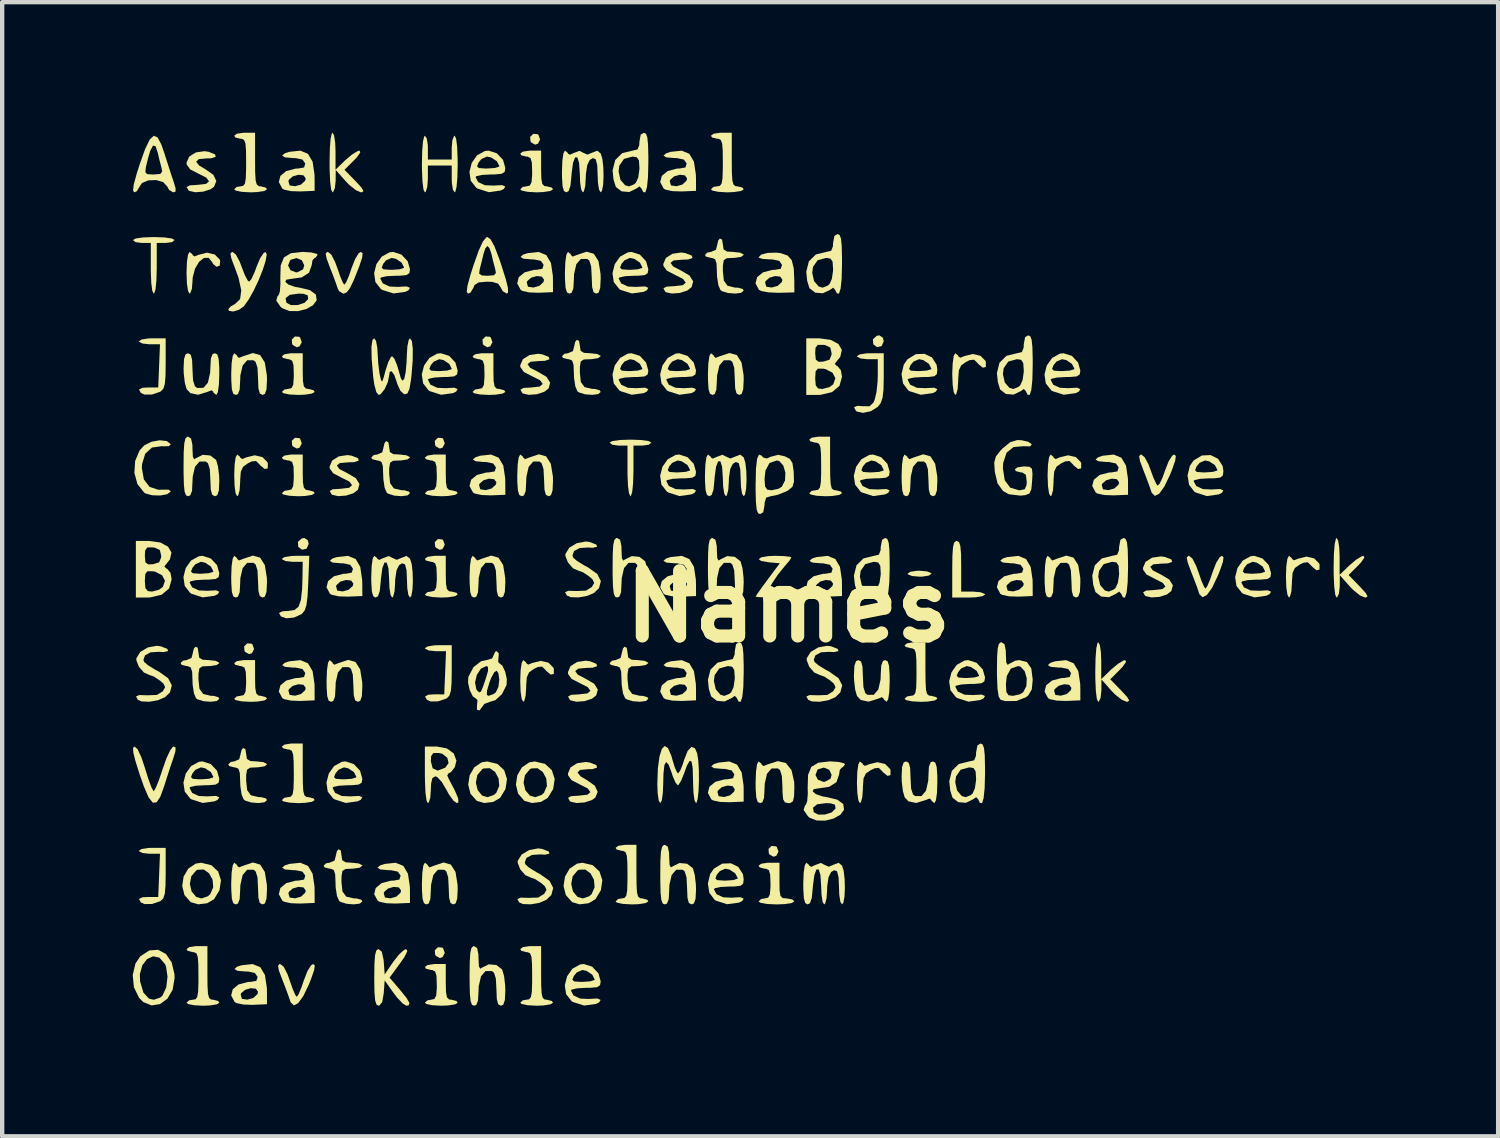
<source format=kicad_pcb>
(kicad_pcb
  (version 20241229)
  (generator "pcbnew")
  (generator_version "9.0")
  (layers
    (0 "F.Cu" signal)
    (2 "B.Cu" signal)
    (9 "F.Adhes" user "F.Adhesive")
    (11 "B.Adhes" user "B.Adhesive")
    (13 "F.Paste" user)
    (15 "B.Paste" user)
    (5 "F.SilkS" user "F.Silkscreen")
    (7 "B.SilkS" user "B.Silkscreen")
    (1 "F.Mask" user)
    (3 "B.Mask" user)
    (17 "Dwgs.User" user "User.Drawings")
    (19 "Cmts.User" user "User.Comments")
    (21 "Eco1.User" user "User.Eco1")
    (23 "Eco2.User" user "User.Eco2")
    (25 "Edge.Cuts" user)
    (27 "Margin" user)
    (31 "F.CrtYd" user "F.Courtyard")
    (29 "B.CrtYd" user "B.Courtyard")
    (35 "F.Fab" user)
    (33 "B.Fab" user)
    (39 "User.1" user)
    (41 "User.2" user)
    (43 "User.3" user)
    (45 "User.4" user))
  (footprint "Names"
    (layer "F.Cu")
    (at 15.066 10.886)
    (property "Reference" "Names" (at 0 0 0) (layer "F.SilkS") (effects (font (size 1.5 1.5) (thickness 0.3))))
    (attr board_only exclude_from_pos_files exclude_from_bom)
    (fp_poly (pts (xy -11.041 -1.518) (xy -11.023 -1.438) (xy -11.071 -1.328) (xy -11.175 -1.304) (xy -11.262 -1.369) (xy -11.271 -1.484) (xy -11.182 -1.564) (xy -11.121 -1.575)) (stroke (width 0) (type solid)) (fill yes) (layer "F.SilkS"))
    (fp_poly (pts (xy 2.172 -6.173) (xy 2.191 -6.093) (xy 2.142 -5.983) (xy 2.038 -5.959) (xy 1.951 -6.025) (xy 1.942 -6.14) (xy 2.031 -6.22) (xy 2.092 -6.23)) (stroke (width 0) (type solid)) (fill yes) (layer "F.SilkS"))
    (fp_poly (pts (xy -12.335 0.855) (xy -12.316 0.87) (xy -12.277 0.978) (xy -12.327 1.074) (xy -12.392 1.095) (xy -12.48 1.046) (xy -12.498 1.021) (xy -12.506 0.917) (xy -12.434 0.847)) (stroke (width 0) (type solid)) (fill yes) (layer "F.SilkS"))
    (fp_poly (pts (xy -11.239 -6.197) (xy -11.22 -6.181) (xy -11.182 -6.073) (xy -11.232 -5.978) (xy -11.296 -5.956) (xy -11.384 -6.006) (xy -11.403 -6.031) (xy -11.411 -6.135) (xy -11.338 -6.205)) (stroke (width 0) (type solid)) (fill yes) (layer "F.SilkS"))
    (fp_poly (pts (xy -11.239 -3.869) (xy -11.22 -3.854) (xy -11.182 -3.746) (xy -11.232 -3.65) (xy -11.296 -3.629) (xy -11.384 -3.678) (xy -11.403 -3.703) (xy -11.411 -3.807) (xy -11.338 -3.877)) (stroke (width 0) (type solid)) (fill yes) (layer "F.SilkS"))
    (fp_poly (pts (xy -7.953 -3.869) (xy -7.934 -3.854) (xy -7.896 -3.746) (xy -7.946 -3.65) (xy -8.01 -3.629) (xy -8.098 -3.678) (xy -8.117 -3.703) (xy -8.125 -3.807) (xy -8.052 -3.877)) (stroke (width 0) (type solid)) (fill yes) (layer "F.SilkS"))
    (fp_poly (pts (xy -7.953 -1.541) (xy -7.934 -1.526) (xy -7.896 -1.418) (xy -7.946 -1.322) (xy -8.01 -1.301) (xy -8.098 -1.351) (xy -8.117 -1.375) (xy -8.125 -1.48) (xy -8.052 -1.55)) (stroke (width 0) (type solid)) (fill yes) (layer "F.SilkS"))
    (fp_poly (pts (xy -7.953 7.838) (xy -7.934 7.854) (xy -7.896 7.962) (xy -7.946 8.057) (xy -8.01 8.079) (xy -8.098 8.029) (xy -8.117 8.004) (xy -8.125 7.9) (xy -8.052 7.83)) (stroke (width 0) (type solid)) (fill yes) (layer "F.SilkS"))
    (fp_poly (pts (xy -6.857 -6.197) (xy -6.839 -6.181) (xy -6.8 -6.073) (xy -6.85 -5.978) (xy -6.915 -5.956) (xy -7.003 -6.006) (xy -7.021 -6.031) (xy -7.029 -6.135) (xy -6.957 -6.205)) (stroke (width 0) (type solid)) (fill yes) (layer "F.SilkS"))
    (fp_poly (pts (xy -5.762 -10.852) (xy -5.743 -10.837) (xy -5.705 -10.729) (xy -5.755 -10.634) (xy -5.819 -10.612) (xy -5.907 -10.662) (xy -5.926 -10.686) (xy -5.934 -10.791) (xy -5.861 -10.861)) (stroke (width 0) (type solid)) (fill yes) (layer "F.SilkS"))
    (fp_poly (pts (xy -0.285 5.511) (xy -0.266 5.526) (xy -0.228 5.634) (xy -0.278 5.729) (xy -0.342 5.751) (xy -0.43 5.701) (xy -0.449 5.677) (xy -0.457 5.572) (xy -0.384 5.502)) (stroke (width 0) (type solid)) (fill yes) (layer "F.SilkS"))
    (fp_poly (pts (xy 3.184 -0.806) (xy 3.279 -0.768) (xy 3.286 -0.753) (xy 3.226 -0.71) (xy 3.074 -0.686) (xy 3.012 -0.685) (xy 2.841 -0.7) (xy 2.746 -0.738) (xy 2.739 -0.753) (xy 2.799 -0.796) (xy 2.951 -0.82) (xy 3.012 -0.822)) (stroke (width 0) (type solid)) (fill yes) (layer "F.SilkS"))
    (fp_poly (pts (xy 3.92 -1.481) (xy 3.951 -1.391) (xy 3.967 -1.211) (xy 3.971 -0.924) (xy 3.971 -0.342) (xy 4.245 -0.342) (xy 4.416 -0.327) (xy 4.512 -0.289) (xy 4.519 -0.274) (xy 4.457 -0.236) (xy 4.297 -0.211) (xy 4.142 -0.205) (xy 3.765 -0.205) (xy 3.765 -0.856) (xy 3.769 -1.166) (xy 3.783 -1.362) (xy 3.809 -1.467) (xy 3.853 -1.505) (xy 3.868 -1.506)) (stroke (width 0) (type solid)) (fill yes) (layer "F.SilkS"))
    (fp_poly (pts (xy -14.309 -5.582) (xy -14.313 -5.293) (xy -14.329 -5.11) (xy -14.362 -5.004) (xy -14.42 -4.944) (xy -14.441 -4.932) (xy -14.623 -4.871) (xy -14.795 -4.869) (xy -14.879 -4.907) (xy -14.922 -4.985) (xy -14.844 -5.025) (xy -14.703 -5.033) (xy -14.48 -5.032) (xy -14.46 -5.528) (xy -14.44 -6.025) (xy -14.682 -6.025) (xy -14.842 -6.042) (xy -14.923 -6.084) (xy -14.925 -6.093) (xy -14.864 -6.134) (xy -14.709 -6.159) (xy -14.617 -6.162) (xy -14.309 -6.162)) (stroke (width 0) (type solid)) (fill yes) (layer "F.SilkS"))
    (fp_poly (pts (xy -14.309 6.125) (xy -14.313 6.415) (xy -14.329 6.597) (xy -14.362 6.703) (xy -14.42 6.763) (xy -14.441 6.775) (xy -14.623 6.836) (xy -14.795 6.838) (xy -14.879 6.801) (xy -14.922 6.722) (xy -14.844 6.682) (xy -14.703 6.675) (xy -14.48 6.675) (xy -14.46 6.179) (xy -14.44 5.682) (xy -14.682 5.682) (xy -14.842 5.665) (xy -14.923 5.624) (xy -14.925 5.614) (xy -14.864 5.573) (xy -14.709 5.549) (xy -14.617 5.546) (xy -14.309 5.546)) (stroke (width 0) (type solid)) (fill yes) (layer "F.SilkS"))
    (fp_poly (pts (xy -7.736 1.47) (xy -7.74 1.759) (xy -7.756 1.942) (xy -7.79 2.048) (xy -7.848 2.108) (xy -7.869 2.12) (xy -8.05 2.18) (xy -8.222 2.183) (xy -8.307 2.145) (xy -8.349 2.067) (xy -8.271 2.027) (xy -8.13 2.019) (xy -7.908 2.02) (xy -7.887 1.523) (xy -7.867 1.027) (xy -8.11 1.027) (xy -8.27 1.01) (xy -8.35 0.968) (xy -8.353 0.958) (xy -8.291 0.918) (xy -8.137 0.893) (xy -8.044 0.89) (xy -7.736 0.89)) (stroke (width 0) (type solid)) (fill yes) (layer "F.SilkS"))
    (fp_poly (pts (xy -14.337 -8.48) (xy -14.167 -8.456) (xy -14.104 -8.421) (xy -14.104 -8.421) (xy -14.163 -8.373) (xy -14.306 -8.353) (xy -14.309 -8.353) (xy -14.514 -8.353) (xy -14.514 -7.771) (xy -14.522 -7.487) (xy -14.543 -7.287) (xy -14.574 -7.193) (xy -14.583 -7.189) (xy -14.616 -7.253) (xy -14.64 -7.43) (xy -14.651 -7.696) (xy -14.651 -7.771) (xy -14.651 -8.353) (xy -14.857 -8.353) (xy -15.001 -8.372) (xy -15.062 -8.42) (xy -15.062 -8.421) (xy -14.999 -8.456) (xy -14.829 -8.48) (xy -14.583 -8.489) (xy -14.583 -8.489)) (stroke (width 0) (type solid)) (fill yes) (layer "F.SilkS"))
    (fp_poly (pts (xy -3.383 -3.825) (xy -3.213 -3.801) (xy -3.149 -3.766) (xy -3.149 -3.765) (xy -3.209 -3.717) (xy -3.352 -3.697) (xy -3.355 -3.697) (xy -3.56 -3.697) (xy -3.56 -3.115) (xy -3.568 -2.832) (xy -3.589 -2.631) (xy -3.62 -2.537) (xy -3.629 -2.533) (xy -3.662 -2.598) (xy -3.686 -2.775) (xy -3.697 -3.04) (xy -3.697 -3.115) (xy -3.697 -3.697) (xy -3.902 -3.697) (xy -4.047 -3.717) (xy -4.108 -3.765) (xy -4.108 -3.765) (xy -4.044 -3.801) (xy -3.875 -3.825) (xy -3.629 -3.834) (xy -3.629 -3.834)) (stroke (width 0) (type solid)) (fill yes) (layer "F.SilkS"))
    (fp_poly (pts (xy -11.033 -0.542) (xy -11.049 -0.234) (xy -11.074 -0.033) (xy -11.114 0.09) (xy -11.175 0.165) (xy -11.19 0.177) (xy -11.356 0.253) (xy -11.535 0.272) (xy -11.661 0.229) (xy -11.662 0.228) (xy -11.704 0.149) (xy -11.625 0.11) (xy -11.489 0.102) (xy -11.349 0.082) (xy -11.256 0.005) (xy -11.201 -0.15) (xy -11.174 -0.405) (xy -11.166 -0.633) (xy -11.16 -1.027) (xy -11.399 -1.027) (xy -11.558 -1.044) (xy -11.637 -1.086) (xy -11.639 -1.095) (xy -11.578 -1.136) (xy -11.422 -1.16) (xy -11.324 -1.164) (xy -11.009 -1.164)) (stroke (width 0) (type solid)) (fill yes) (layer "F.SilkS"))
    (fp_poly (pts (xy 2.191 -5.272) (xy 2.185 -4.981) (xy 2.163 -4.792) (xy 2.118 -4.668) (xy 2.054 -4.587) (xy 1.897 -4.488) (xy 1.716 -4.449) (xy 1.571 -4.48) (xy 1.552 -4.496) (xy 1.508 -4.579) (xy 1.587 -4.611) (xy 1.71 -4.602) (xy 1.866 -4.601) (xy 1.953 -4.683) (xy 1.984 -4.755) (xy 2.025 -4.93) (xy 2.05 -5.172) (xy 2.054 -5.31) (xy 2.054 -5.682) (xy 1.814 -5.682) (xy 1.656 -5.7) (xy 1.577 -5.742) (xy 1.575 -5.751) (xy 1.636 -5.792) (xy 1.791 -5.816) (xy 1.883 -5.819) (xy 2.191 -5.819)) (stroke (width 0) (type solid)) (fill yes) (layer "F.SilkS"))
    (fp_poly (pts (xy -10.883 8.248) (xy -10.898 8.358) (xy -10.97 8.564) (xy -11.015 8.678) (xy -11.146 8.951) (xy -11.265 9.116) (xy -11.365 9.166) (xy -11.438 9.094) (xy -11.45 9.058) (xy -11.495 8.927) (xy -11.571 8.723) (xy -11.629 8.575) (xy -11.707 8.367) (xy -11.727 8.257) (xy -11.694 8.217) (xy -11.676 8.216) (xy -11.597 8.279) (xy -11.509 8.451) (xy -11.459 8.592) (xy -11.388 8.795) (xy -11.327 8.932) (xy -11.296 8.969) (xy -11.254 8.909) (xy -11.19 8.755) (xy -11.134 8.592) (xy -11.051 8.377) (xy -10.967 8.244) (xy -10.921 8.216)) (stroke (width 0) (type solid)) (fill yes) (layer "F.SilkS"))
    (fp_poly (pts (xy 8.903 -3.459) (xy 8.888 -3.349) (xy 8.816 -3.143) (xy 8.771 -3.03) (xy 8.64 -2.757) (xy 8.521 -2.591) (xy 8.421 -2.541) (xy 8.348 -2.613) (xy 8.336 -2.65) (xy 8.291 -2.78) (xy 8.215 -2.984) (xy 8.157 -3.132) (xy 8.079 -3.341) (xy 8.06 -3.452) (xy 8.094 -3.491) (xy 8.108 -3.492) (xy 8.185 -3.431) (xy 8.271 -3.273) (xy 8.318 -3.15) (xy 8.391 -2.951) (xy 8.456 -2.813) (xy 8.483 -2.777) (xy 8.529 -2.818) (xy 8.596 -2.959) (xy 8.653 -3.118) (xy 8.736 -3.332) (xy 8.819 -3.464) (xy 8.865 -3.492)) (stroke (width 0) (type solid)) (fill yes) (layer "F.SilkS"))
    (fp_poly (pts (xy 9.999 -1.131) (xy 9.984 -1.021) (xy 9.912 -0.815) (xy 9.866 -0.702) (xy 9.736 -0.429) (xy 9.616 -0.263) (xy 9.516 -0.213) (xy 9.443 -0.285) (xy 9.431 -0.322) (xy 9.387 -0.453) (xy 9.31 -0.656) (xy 9.252 -0.804) (xy 9.175 -1.012) (xy 9.154 -1.123) (xy 9.187 -1.162) (xy 9.206 -1.164) (xy 9.284 -1.101) (xy 9.372 -0.929) (xy 9.423 -0.787) (xy 9.494 -0.585) (xy 9.554 -0.448) (xy 9.585 -0.411) (xy 9.627 -0.47) (xy 9.692 -0.625) (xy 9.747 -0.787) (xy 9.83 -1.003) (xy 9.914 -1.136) (xy 9.961 -1.164)) (stroke (width 0) (type solid)) (fill yes) (layer "F.SilkS"))
    (fp_poly (pts (xy -14.283 -3.801) (xy -14.194 -3.73) (xy -14.193 -3.728) (xy -14.235 -3.683) (xy -14.386 -3.681) (xy -14.402 -3.683) (xy -14.624 -3.652) (xy -14.779 -3.51) (xy -14.852 -3.271) (xy -14.857 -3.184) (xy -14.81 -2.919) (xy -14.678 -2.747) (xy -14.474 -2.681) (xy -14.402 -2.684) (xy -14.243 -2.685) (xy -14.192 -2.644) (xy -14.193 -2.639) (xy -14.276 -2.579) (xy -14.437 -2.55) (xy -14.621 -2.556) (xy -14.774 -2.598) (xy -14.802 -2.616) (xy -14.958 -2.812) (xy -15.028 -3.07) (xy -15.011 -3.343) (xy -14.908 -3.586) (xy -14.801 -3.702) (xy -14.636 -3.785) (xy -14.446 -3.819)) (stroke (width 0) (type solid)) (fill yes) (layer "F.SilkS"))
    (fp_poly (pts (xy -13.695 -8.095) (xy -13.693 -8.076) (xy -13.645 -8.044) (xy -13.549 -8.082) (xy -13.359 -8.13) (xy -13.181 -8.088) (xy -13.067 -7.972) (xy -13.057 -7.943) (xy -13.067 -7.832) (xy -13.14 -7.806) (xy -13.222 -7.873) (xy -13.238 -7.908) (xy -13.322 -8.012) (xy -13.43 -8.009) (xy -13.542 -7.919) (xy -13.635 -7.762) (xy -13.688 -7.56) (xy -13.693 -7.474) (xy -13.707 -7.298) (xy -13.744 -7.198) (xy -13.761 -7.189) (xy -13.796 -7.252) (xy -13.821 -7.422) (xy -13.83 -7.667) (xy -13.83 -7.668) (xy -13.821 -7.914) (xy -13.796 -8.084) (xy -13.761 -8.147) (xy -13.761 -8.147)) (stroke (width 0) (type solid)) (fill yes) (layer "F.SilkS"))
    (fp_poly (pts (xy -12.255 1.643) (xy -12.25 1.873) (xy -12.228 1.997) (xy -12.179 2.046) (xy -12.118 2.054) (xy -12.007 2.083) (xy -11.981 2.122) (xy -12.043 2.16) (xy -12.203 2.185) (xy -12.358 2.191) (xy -12.564 2.18) (xy -12.701 2.151) (xy -12.734 2.122) (xy -12.677 2.067) (xy -12.597 2.054) (xy -12.515 2.036) (xy -12.474 1.959) (xy -12.461 1.791) (xy -12.46 1.712) (xy -12.468 1.506) (xy -12.498 1.404) (xy -12.566 1.371) (xy -12.597 1.369) (xy -12.709 1.341) (xy -12.734 1.301) (xy -12.674 1.256) (xy -12.526 1.233) (xy -12.495 1.232) (xy -12.255 1.232)) (stroke (width 0) (type solid)) (fill yes) (layer "F.SilkS"))
    (fp_poly (pts (xy -11.16 -5.409) (xy -11.155 -5.179) (xy -11.133 -5.055) (xy -11.083 -5.005) (xy -11.023 -4.998) (xy -10.911 -4.969) (xy -10.886 -4.929) (xy -10.948 -4.892) (xy -11.107 -4.867) (xy -11.262 -4.861) (xy -11.468 -4.872) (xy -11.605 -4.901) (xy -11.639 -4.929) (xy -11.581 -4.985) (xy -11.502 -4.998) (xy -11.42 -5.016) (xy -11.379 -5.092) (xy -11.366 -5.261) (xy -11.365 -5.34) (xy -11.372 -5.545) (xy -11.403 -5.648) (xy -11.47 -5.681) (xy -11.502 -5.682) (xy -11.613 -5.711) (xy -11.639 -5.751) (xy -11.579 -5.796) (xy -11.431 -5.819) (xy -11.399 -5.819) (xy -11.16 -5.819)) (stroke (width 0) (type solid)) (fill yes) (layer "F.SilkS"))
    (fp_poly (pts (xy -11.16 -3.081) (xy -11.155 -2.851) (xy -11.133 -2.727) (xy -11.083 -2.678) (xy -11.023 -2.67) (xy -10.911 -2.641) (xy -10.886 -2.602) (xy -10.948 -2.564) (xy -11.107 -2.539) (xy -11.262 -2.533) (xy -11.468 -2.544) (xy -11.605 -2.573) (xy -11.639 -2.602) (xy -11.581 -2.657) (xy -11.502 -2.67) (xy -11.42 -2.688) (xy -11.379 -2.765) (xy -11.366 -2.933) (xy -11.365 -3.012) (xy -11.372 -3.218) (xy -11.403 -3.32) (xy -11.47 -3.353) (xy -11.502 -3.355) (xy -11.613 -3.383) (xy -11.639 -3.423) (xy -11.579 -3.468) (xy -11.431 -3.491) (xy -11.399 -3.492) (xy -11.16 -3.492)) (stroke (width 0) (type solid)) (fill yes) (layer "F.SilkS"))
    (fp_poly (pts (xy -7.873 -3.081) (xy -7.868 -2.851) (xy -7.846 -2.727) (xy -7.797 -2.678) (xy -7.736 -2.67) (xy -7.625 -2.641) (xy -7.599 -2.602) (xy -7.661 -2.564) (xy -7.821 -2.539) (xy -7.976 -2.533) (xy -8.182 -2.544) (xy -8.319 -2.573) (xy -8.353 -2.602) (xy -8.295 -2.657) (xy -8.216 -2.67) (xy -8.134 -2.688) (xy -8.093 -2.765) (xy -8.079 -2.933) (xy -8.079 -3.012) (xy -8.086 -3.218) (xy -8.117 -3.32) (xy -8.184 -3.353) (xy -8.216 -3.355) (xy -8.327 -3.383) (xy -8.353 -3.423) (xy -8.292 -3.468) (xy -8.144 -3.491) (xy -8.113 -3.492) (xy -7.873 -3.492)) (stroke (width 0) (type solid)) (fill yes) (layer "F.SilkS"))
    (fp_poly (pts (xy -7.873 -0.753) (xy -7.868 -0.524) (xy -7.846 -0.4) (xy -7.797 -0.35) (xy -7.736 -0.342) (xy -7.625 -0.314) (xy -7.599 -0.274) (xy -7.661 -0.236) (xy -7.821 -0.211) (xy -7.976 -0.205) (xy -8.182 -0.217) (xy -8.319 -0.246) (xy -8.353 -0.274) (xy -8.295 -0.329) (xy -8.216 -0.342) (xy -8.134 -0.36) (xy -8.093 -0.437) (xy -8.079 -0.605) (xy -8.079 -0.685) (xy -8.086 -0.89) (xy -8.117 -0.992) (xy -8.184 -1.025) (xy -8.216 -1.027) (xy -8.327 -1.056) (xy -8.353 -1.095) (xy -8.292 -1.141) (xy -8.144 -1.163) (xy -8.113 -1.164) (xy -7.873 -1.164)) (stroke (width 0) (type solid)) (fill yes) (layer "F.SilkS"))
    (fp_poly (pts (xy -7.873 8.626) (xy -7.868 8.856) (xy -7.846 8.98) (xy -7.797 9.03) (xy -7.736 9.037) (xy -7.625 9.066) (xy -7.599 9.106) (xy -7.661 9.143) (xy -7.821 9.168) (xy -7.976 9.174) (xy -8.182 9.163) (xy -8.319 9.134) (xy -8.353 9.106) (xy -8.295 9.05) (xy -8.216 9.037) (xy -8.134 9.019) (xy -8.093 8.943) (xy -8.079 8.774) (xy -8.079 8.695) (xy -8.086 8.49) (xy -8.117 8.387) (xy -8.184 8.354) (xy -8.216 8.353) (xy -8.327 8.324) (xy -8.353 8.284) (xy -8.292 8.239) (xy -8.144 8.216) (xy -8.113 8.216) (xy -7.873 8.216)) (stroke (width 0) (type solid)) (fill yes) (layer "F.SilkS"))
    (fp_poly (pts (xy -6.778 -5.409) (xy -6.773 -5.179) (xy -6.751 -5.055) (xy -6.702 -5.005) (xy -6.641 -4.998) (xy -6.53 -4.969) (xy -6.504 -4.929) (xy -6.566 -4.892) (xy -6.726 -4.867) (xy -6.881 -4.861) (xy -7.087 -4.872) (xy -7.224 -4.901) (xy -7.257 -4.929) (xy -7.2 -4.985) (xy -7.12 -4.998) (xy -7.038 -5.016) (xy -6.997 -5.092) (xy -6.984 -5.261) (xy -6.983 -5.34) (xy -6.99 -5.545) (xy -7.021 -5.648) (xy -7.089 -5.681) (xy -7.12 -5.682) (xy -7.231 -5.711) (xy -7.257 -5.751) (xy -7.197 -5.796) (xy -7.049 -5.819) (xy -7.018 -5.819) (xy -6.778 -5.819)) (stroke (width 0) (type solid)) (fill yes) (layer "F.SilkS"))
    (fp_poly (pts (xy -5.682 -10.064) (xy -5.677 -9.835) (xy -5.656 -9.711) (xy -5.606 -9.661) (xy -5.546 -9.653) (xy -5.434 -9.625) (xy -5.409 -9.585) (xy -5.471 -9.547) (xy -5.63 -9.523) (xy -5.785 -9.516) (xy -5.991 -9.528) (xy -6.128 -9.557) (xy -6.162 -9.585) (xy -6.104 -9.641) (xy -6.025 -9.653) (xy -5.943 -9.671) (xy -5.902 -9.748) (xy -5.888 -9.917) (xy -5.888 -9.996) (xy -5.895 -10.201) (xy -5.926 -10.303) (xy -5.993 -10.337) (xy -6.025 -10.338) (xy -6.136 -10.367) (xy -6.162 -10.406) (xy -6.102 -10.452) (xy -5.954 -10.474) (xy -5.922 -10.475) (xy -5.682 -10.475)) (stroke (width 0) (type solid)) (fill yes) (layer "F.SilkS"))
    (fp_poly (pts (xy -13.321 -10.448) (xy -13.175 -10.389) (xy -13.159 -10.333) (xy -13.267 -10.298) (xy -13.368 -10.296) (xy -13.551 -10.279) (xy -13.608 -10.22) (xy -13.537 -10.13) (xy -13.394 -10.046) (xy -13.212 -9.918) (xy -13.145 -9.776) (xy -13.198 -9.645) (xy -13.277 -9.587) (xy -13.447 -9.532) (xy -13.632 -9.519) (xy -13.768 -9.55) (xy -13.784 -9.562) (xy -13.826 -9.638) (xy -13.754 -9.677) (xy -13.579 -9.688) (xy -13.381 -9.71) (xy -13.313 -9.769) (xy -13.374 -9.853) (xy -13.554 -9.945) (xy -13.746 -10.044) (xy -13.825 -10.153) (xy -13.83 -10.197) (xy -13.769 -10.337) (xy -13.617 -10.433) (xy -13.417 -10.462)) (stroke (width 0) (type solid)) (fill yes) (layer "F.SilkS"))
    (fp_poly (pts (xy -13.259 5.945) (xy -13.104 6.089) (xy -13.038 6.291) (xy -13.073 6.521) (xy -13.198 6.727) (xy -13.355 6.819) (xy -13.56 6.844) (xy -13.734 6.794) (xy -13.878 6.63) (xy -13.929 6.421) (xy -13.922 6.376) (xy -13.753 6.376) (xy -13.713 6.549) (xy -13.608 6.674) (xy -13.487 6.709) (xy -13.342 6.66) (xy -13.285 6.611) (xy -13.216 6.451) (xy -13.231 6.279) (xy -13.311 6.132) (xy -13.432 6.044) (xy -13.576 6.05) (xy -13.607 6.066) (xy -13.721 6.2) (xy -13.753 6.376) (xy -13.922 6.376) (xy -13.897 6.207) (xy -13.79 6.024) (xy -13.62 5.909) (xy -13.494 5.889)) (stroke (width 0) (type solid)) (fill yes) (layer "F.SilkS"))
    (fp_poly (pts (xy -12.6 -3.439) (xy -12.597 -3.421) (xy -12.55 -3.388) (xy -12.454 -3.427) (xy -12.263 -3.474) (xy -12.086 -3.433) (xy -11.972 -3.317) (xy -11.961 -3.287) (xy -11.964 -3.174) (xy -12.033 -3.159) (xy -12.138 -3.245) (xy -12.155 -3.267) (xy -12.233 -3.343) (xy -12.329 -3.334) (xy -12.419 -3.29) (xy -12.529 -3.212) (xy -12.582 -3.1) (xy -12.597 -2.909) (xy -12.597 -2.864) (xy -12.61 -2.672) (xy -12.642 -2.553) (xy -12.666 -2.533) (xy -12.701 -2.596) (xy -12.725 -2.766) (xy -12.734 -3.012) (xy -12.734 -3.012) (xy -12.725 -3.258) (xy -12.701 -3.428) (xy -12.666 -3.492) (xy -12.666 -3.492)) (stroke (width 0) (type solid)) (fill yes) (layer "F.SilkS"))
    (fp_poly (pts (xy -10.035 -3.465) (xy -9.889 -3.407) (xy -9.872 -3.353) (xy -9.975 -3.317) (xy -10.108 -3.313) (xy -10.306 -3.296) (xy -10.375 -3.24) (xy -10.316 -3.157) (xy -10.135 -3.063) (xy -9.939 -2.948) (xy -9.856 -2.814) (xy -9.892 -2.682) (xy -9.991 -2.604) (xy -10.161 -2.549) (xy -10.346 -2.535) (xy -10.482 -2.567) (xy -10.498 -2.579) (xy -10.54 -2.654) (xy -10.468 -2.694) (xy -10.293 -2.704) (xy -10.095 -2.727) (xy -10.026 -2.786) (xy -10.088 -2.87) (xy -10.268 -2.961) (xy -10.46 -3.061) (xy -10.538 -3.17) (xy -10.543 -3.214) (xy -10.483 -3.354) (xy -10.331 -3.449) (xy -10.13 -3.479)) (stroke (width 0) (type solid)) (fill yes) (layer "F.SilkS"))
    (fp_poly (pts (xy -9.784 -8.119) (xy -9.793 -8.019) (xy -9.858 -7.823) (xy -9.87 -7.791) (xy -9.986 -7.5) (xy -10.073 -7.318) (xy -10.145 -7.222) (xy -10.215 -7.189) (xy -10.23 -7.189) (xy -10.324 -7.245) (xy -10.356 -7.308) (xy -10.4 -7.437) (xy -10.475 -7.639) (xy -10.534 -7.788) (xy -10.611 -7.996) (xy -10.632 -8.106) (xy -10.599 -8.145) (xy -10.58 -8.147) (xy -10.502 -8.084) (xy -10.414 -7.912) (xy -10.363 -7.771) (xy -10.292 -7.568) (xy -10.232 -7.431) (xy -10.201 -7.394) (xy -10.159 -7.454) (xy -10.094 -7.608) (xy -10.039 -7.771) (xy -9.958 -7.979) (xy -9.876 -8.115) (xy -9.828 -8.147)) (stroke (width 0) (type solid)) (fill yes) (layer "F.SilkS"))
    (fp_poly (pts (xy -6.687 3.617) (xy -6.531 3.761) (xy -6.466 3.964) (xy -6.5 4.194) (xy -6.625 4.399) (xy -6.782 4.491) (xy -6.987 4.516) (xy -7.161 4.466) (xy -7.306 4.302) (xy -7.357 4.094) (xy -7.35 4.048) (xy -7.181 4.048) (xy -7.14 4.221) (xy -7.036 4.346) (xy -6.915 4.382) (xy -6.77 4.332) (xy -6.713 4.283) (xy -6.644 4.123) (xy -6.659 3.952) (xy -6.738 3.804) (xy -6.86 3.716) (xy -7.004 3.722) (xy -7.035 3.739) (xy -7.148 3.873) (xy -7.181 4.048) (xy -7.35 4.048) (xy -7.324 3.879) (xy -7.218 3.696) (xy -7.048 3.581) (xy -6.921 3.561)) (stroke (width 0) (type solid)) (fill yes) (layer "F.SilkS"))
    (fp_poly (pts (xy -6.027 1.285) (xy -6.025 1.303) (xy -5.977 1.336) (xy -5.881 1.297) (xy -5.691 1.25) (xy -5.513 1.291) (xy -5.399 1.407) (xy -5.389 1.437) (xy -5.391 1.55) (xy -5.461 1.565) (xy -5.566 1.479) (xy -5.582 1.457) (xy -5.66 1.381) (xy -5.756 1.39) (xy -5.847 1.434) (xy -5.957 1.512) (xy -6.01 1.624) (xy -6.025 1.815) (xy -6.025 1.86) (xy -6.038 2.052) (xy -6.07 2.171) (xy -6.093 2.191) (xy -6.128 2.128) (xy -6.153 1.958) (xy -6.162 1.712) (xy -6.162 1.712) (xy -6.153 1.466) (xy -6.128 1.296) (xy -6.093 1.232) (xy -6.093 1.232)) (stroke (width 0) (type solid)) (fill yes) (layer "F.SilkS"))
    (fp_poly (pts (xy -5.653 -5.793) (xy -5.508 -5.735) (xy -5.49 -5.681) (xy -5.593 -5.645) (xy -5.727 -5.64) (xy -5.924 -5.624) (xy -5.994 -5.568) (xy -5.934 -5.484) (xy -5.753 -5.391) (xy -5.557 -5.276) (xy -5.474 -5.142) (xy -5.51 -5.01) (xy -5.61 -4.932) (xy -5.779 -4.877) (xy -5.964 -4.863) (xy -6.1 -4.894) (xy -6.116 -4.907) (xy -6.158 -4.982) (xy -6.086 -5.022) (xy -5.911 -5.032) (xy -5.714 -5.054) (xy -5.645 -5.114) (xy -5.706 -5.198) (xy -5.886 -5.289) (xy -6.078 -5.388) (xy -6.157 -5.498) (xy -6.162 -5.542) (xy -6.101 -5.682) (xy -5.949 -5.777) (xy -5.749 -5.807)) (stroke (width 0) (type solid)) (fill yes) (layer "F.SilkS"))
    (fp_poly (pts (xy -5.592 3.617) (xy -5.436 3.761) (xy -5.37 3.964) (xy -5.405 4.194) (xy -5.53 4.399) (xy -5.687 4.491) (xy -5.892 4.516) (xy -6.066 4.466) (xy -6.21 4.302) (xy -6.261 4.094) (xy -6.254 4.048) (xy -6.085 4.048) (xy -6.045 4.221) (xy -5.941 4.346) (xy -5.819 4.382) (xy -5.674 4.332) (xy -5.617 4.283) (xy -5.548 4.123) (xy -5.564 3.952) (xy -5.643 3.804) (xy -5.765 3.716) (xy -5.909 3.722) (xy -5.939 3.739) (xy -6.053 3.873) (xy -6.085 4.048) (xy -6.254 4.048) (xy -6.229 3.879) (xy -6.122 3.696) (xy -5.952 3.581) (xy -5.826 3.561)) (stroke (width 0) (type solid)) (fill yes) (layer "F.SilkS"))
    (fp_poly (pts (xy -4.558 1.259) (xy -4.412 1.317) (xy -4.395 1.371) (xy -4.498 1.407) (xy -4.631 1.411) (xy -4.828 1.428) (xy -4.898 1.484) (xy -4.839 1.567) (xy -4.658 1.661) (xy -4.462 1.776) (xy -4.379 1.91) (xy -4.415 2.042) (xy -4.514 2.12) (xy -4.684 2.175) (xy -4.869 2.189) (xy -5.005 2.157) (xy -5.021 2.145) (xy -5.063 2.07) (xy -4.991 2.03) (xy -4.816 2.02) (xy -4.618 1.997) (xy -4.549 1.938) (xy -4.611 1.854) (xy -4.79 1.762) (xy -4.983 1.663) (xy -5.061 1.554) (xy -5.066 1.51) (xy -5.006 1.37) (xy -4.854 1.275) (xy -4.653 1.245)) (stroke (width 0) (type solid)) (fill yes) (layer "F.SilkS"))
    (fp_poly (pts (xy -4.558 3.587) (xy -4.412 3.646) (xy -4.396 3.702) (xy -4.503 3.737) (xy -4.604 3.739) (xy -4.788 3.756) (xy -4.845 3.815) (xy -4.773 3.905) (xy -4.631 3.989) (xy -4.449 4.117) (xy -4.382 4.259) (xy -4.435 4.39) (xy -4.514 4.448) (xy -4.684 4.503) (xy -4.869 4.516) (xy -5.005 4.485) (xy -5.021 4.473) (xy -5.063 4.398) (xy -4.991 4.358) (xy -4.816 4.347) (xy -4.618 4.325) (xy -4.549 4.266) (xy -4.611 4.182) (xy -4.79 4.09) (xy -4.983 3.991) (xy -5.061 3.882) (xy -5.066 3.838) (xy -5.006 3.698) (xy -4.854 3.602) (xy -4.653 3.573)) (stroke (width 0) (type solid)) (fill yes) (layer "F.SilkS"))
    (fp_poly (pts (xy -4.496 5.945) (xy -4.341 6.089) (xy -4.275 6.291) (xy -4.309 6.521) (xy -4.435 6.727) (xy -4.591 6.819) (xy -4.796 6.844) (xy -4.97 6.794) (xy -5.115 6.63) (xy -5.166 6.421) (xy -5.159 6.376) (xy -4.99 6.376) (xy -4.95 6.549) (xy -4.845 6.674) (xy -4.724 6.709) (xy -4.579 6.66) (xy -4.522 6.611) (xy -4.453 6.451) (xy -4.468 6.279) (xy -4.547 6.132) (xy -4.669 6.044) (xy -4.813 6.05) (xy -4.844 6.066) (xy -4.957 6.2) (xy -4.99 6.376) (xy -5.159 6.376) (xy -5.133 6.207) (xy -5.027 6.024) (xy -4.857 5.909) (xy -4.73 5.889)) (stroke (width 0) (type solid)) (fill yes) (layer "F.SilkS"))
    (fp_poly (pts (xy -2.367 -8.12) (xy -2.221 -8.063) (xy -2.204 -8.008) (xy -2.307 -7.973) (xy -2.44 -7.968) (xy -2.638 -7.952) (xy -2.707 -7.895) (xy -2.648 -7.812) (xy -2.467 -7.719) (xy -2.271 -7.604) (xy -2.188 -7.47) (xy -2.224 -7.338) (xy -2.323 -7.26) (xy -2.493 -7.204) (xy -2.678 -7.191) (xy -2.814 -7.222) (xy -2.83 -7.234) (xy -2.872 -7.31) (xy -2.8 -7.349) (xy -2.625 -7.36) (xy -2.427 -7.382) (xy -2.359 -7.441) (xy -2.42 -7.526) (xy -2.6 -7.617) (xy -2.792 -7.716) (xy -2.871 -7.826) (xy -2.875 -7.869) (xy -2.815 -8.009) (xy -2.663 -8.105) (xy -2.462 -8.134)) (stroke (width 0) (type solid)) (fill yes) (layer "F.SilkS"))
    (fp_poly (pts (xy -0.205 6.299) (xy -0.202 6.526) (xy -0.182 6.649) (xy -0.133 6.7) (xy -0.04 6.709) (xy -0.034 6.709) (xy 0.094 6.733) (xy 0.137 6.778) (xy 0.075 6.814) (xy -0.088 6.839) (xy -0.274 6.846) (xy -0.493 6.836) (xy -0.641 6.809) (xy -0.685 6.778) (xy -0.627 6.722) (xy -0.548 6.709) (xy -0.466 6.691) (xy -0.425 6.615) (xy -0.411 6.446) (xy -0.411 6.367) (xy -0.418 6.162) (xy -0.449 6.059) (xy -0.516 6.026) (xy -0.548 6.025) (xy -0.659 5.996) (xy -0.685 5.956) (xy -0.624 5.911) (xy -0.476 5.888) (xy -0.445 5.888) (xy -0.205 5.888)) (stroke (width 0) (type solid)) (fill yes) (layer "F.SilkS"))
    (fp_poly (pts (xy -0.102 -1.158) (xy 0.035 -1.142) (xy 0.068 -1.127) (xy 0.027 -1.056) (xy -0.076 -0.934) (xy -0.089 -0.92) (xy -0.241 -0.732) (xy -0.366 -0.546) (xy -0.487 -0.342) (xy -0.175 -0.342) (xy 0.01 -0.329) (xy 0.122 -0.295) (xy 0.137 -0.274) (xy 0.074 -0.238) (xy -0.093 -0.214) (xy -0.308 -0.205) (xy -0.535 -0.208) (xy -0.695 -0.216) (xy -0.753 -0.227) (xy -0.715 -0.289) (xy -0.616 -0.429) (xy -0.477 -0.618) (xy -0.475 -0.621) (xy -0.197 -0.993) (xy -0.441 -1.014) (xy -0.624 -1.045) (xy -0.682 -1.087) (xy -0.626 -1.129) (xy -0.466 -1.157) (xy -0.308 -1.164)) (stroke (width 0) (type solid)) (fill yes) (layer "F.SilkS"))
    (fp_poly (pts (xy 1.709 3.613) (xy 1.712 3.631) (xy 1.759 3.663) (xy 1.855 3.625) (xy 2.046 3.578) (xy 2.223 3.619) (xy 2.337 3.735) (xy 2.347 3.765) (xy 2.345 3.877) (xy 2.276 3.892) (xy 2.171 3.806) (xy 2.154 3.784) (xy 2.076 3.708) (xy 1.98 3.718) (xy 1.89 3.762) (xy 1.779 3.84) (xy 1.727 3.951) (xy 1.712 4.143) (xy 1.712 4.188) (xy 1.699 4.379) (xy 1.666 4.499) (xy 1.643 4.519) (xy 1.608 4.455) (xy 1.584 4.286) (xy 1.575 4.04) (xy 1.575 4.039) (xy 1.584 3.794) (xy 1.608 3.624) (xy 1.643 3.56) (xy 1.643 3.56)) (stroke (width 0) (type solid)) (fill yes) (layer "F.SilkS"))
    (fp_poly (pts (xy 3.9 -5.767) (xy 3.902 -5.749) (xy 3.95 -5.716) (xy 4.046 -5.754) (xy 4.236 -5.802) (xy 4.414 -5.76) (xy 4.528 -5.645) (xy 4.538 -5.615) (xy 4.536 -5.502) (xy 4.467 -5.487) (xy 4.362 -5.573) (xy 4.345 -5.595) (xy 4.267 -5.671) (xy 4.171 -5.662) (xy 4.08 -5.618) (xy 3.97 -5.539) (xy 3.918 -5.428) (xy 3.903 -5.237) (xy 3.902 -5.192) (xy 3.89 -5) (xy 3.857 -4.881) (xy 3.834 -4.861) (xy 3.799 -4.924) (xy 3.775 -5.094) (xy 3.765 -5.34) (xy 3.765 -5.34) (xy 3.775 -5.586) (xy 3.799 -5.756) (xy 3.834 -5.819) (xy 3.834 -5.819)) (stroke (width 0) (type solid)) (fill yes) (layer "F.SilkS"))
    (fp_poly (pts (xy 6.091 -3.439) (xy 6.093 -3.421) (xy 6.141 -3.388) (xy 6.237 -3.427) (xy 6.427 -3.474) (xy 6.605 -3.433) (xy 6.719 -3.317) (xy 6.729 -3.287) (xy 6.727 -3.174) (xy 6.657 -3.159) (xy 6.552 -3.245) (xy 6.536 -3.267) (xy 6.458 -3.343) (xy 6.362 -3.334) (xy 6.271 -3.29) (xy 6.161 -3.212) (xy 6.108 -3.1) (xy 6.093 -2.909) (xy 6.093 -2.864) (xy 6.081 -2.672) (xy 6.048 -2.553) (xy 6.025 -2.533) (xy 5.99 -2.596) (xy 5.965 -2.766) (xy 5.956 -3.012) (xy 5.956 -3.012) (xy 5.965 -3.258) (xy 5.99 -3.428) (xy 6.025 -3.492) (xy 6.025 -3.492)) (stroke (width 0) (type solid)) (fill yes) (layer "F.SilkS"))
    (fp_poly (pts (xy 8.656 -1.137) (xy 8.801 -1.08) (xy 8.819 -1.025) (xy 8.716 -0.99) (xy 8.582 -0.985) (xy 8.385 -0.969) (xy 8.315 -0.912) (xy 8.374 -0.829) (xy 8.556 -0.736) (xy 8.751 -0.621) (xy 8.835 -0.486) (xy 8.799 -0.355) (xy 8.699 -0.276) (xy 8.53 -0.221) (xy 8.345 -0.208) (xy 8.209 -0.239) (xy 8.193 -0.251) (xy 8.151 -0.326) (xy 8.223 -0.366) (xy 8.397 -0.377) (xy 8.595 -0.399) (xy 8.664 -0.458) (xy 8.603 -0.542) (xy 8.423 -0.634) (xy 8.231 -0.733) (xy 8.152 -0.842) (xy 8.147 -0.886) (xy 8.207 -1.026) (xy 8.359 -1.122) (xy 8.56 -1.151)) (stroke (width 0) (type solid)) (fill yes) (layer "F.SilkS"))
    (fp_poly (pts (xy 11.568 -1.111) (xy 11.57 -1.093) (xy 11.618 -1.061) (xy 11.714 -1.099) (xy 11.904 -1.146) (xy 12.082 -1.105) (xy 12.196 -0.989) (xy 12.206 -0.959) (xy 12.204 -0.847) (xy 12.134 -0.832) (xy 12.03 -0.918) (xy 12.013 -0.94) (xy 11.935 -1.016) (xy 11.839 -1.006) (xy 11.748 -0.962) (xy 11.638 -0.884) (xy 11.586 -0.773) (xy 11.571 -0.581) (xy 11.57 -0.536) (xy 11.558 -0.345) (xy 11.525 -0.225) (xy 11.502 -0.205) (xy 11.467 -0.269) (xy 11.442 -0.438) (xy 11.433 -0.684) (xy 11.433 -0.685) (xy 11.442 -0.93) (xy 11.467 -1.1) (xy 11.502 -1.164) (xy 11.502 -1.164)) (stroke (width 0) (type solid)) (fill yes) (layer "F.SilkS"))
    (fp_poly (pts (xy -14.08 3.242) (xy -14.087 3.336) (xy -14.13 3.475) (xy -14.202 3.688) (xy -14.29 3.958) (xy -14.342 4.125) (xy -14.433 4.374) (xy -14.519 4.502) (xy -14.606 4.508) (xy -14.701 4.387) (xy -14.81 4.137) (xy -14.904 3.868) (xy -15.002 3.558) (xy -15.052 3.358) (xy -15.059 3.251) (xy -15.025 3.218) (xy -15.023 3.218) (xy -14.953 3.283) (xy -14.867 3.467) (xy -14.779 3.731) (xy -14.704 3.973) (xy -14.637 4.153) (xy -14.591 4.241) (xy -14.584 4.245) (xy -14.544 4.184) (xy -14.477 4.024) (xy -14.398 3.795) (xy -14.377 3.731) (xy -14.29 3.485) (xy -14.205 3.305) (xy -14.139 3.22) (xy -14.129 3.218)) (stroke (width 0) (type solid)) (fill yes) (layer "F.SilkS"))
    (fp_poly (pts (xy -13.35 8.421) (xy -13.348 8.714) (xy -13.337 8.896) (xy -13.312 8.993) (xy -13.267 9.031) (xy -13.213 9.037) (xy -13.102 9.066) (xy -13.077 9.106) (xy -13.138 9.143) (xy -13.298 9.168) (xy -13.453 9.174) (xy -13.659 9.163) (xy -13.796 9.134) (xy -13.83 9.106) (xy -13.772 9.05) (xy -13.693 9.037) (xy -13.624 9.026) (xy -13.584 8.973) (xy -13.563 8.852) (xy -13.556 8.634) (xy -13.556 8.489) (xy -13.559 8.217) (xy -13.572 8.053) (xy -13.602 7.971) (xy -13.657 7.944) (xy -13.693 7.942) (xy -13.804 7.913) (xy -13.83 7.873) (xy -13.769 7.828) (xy -13.621 7.805) (xy -13.59 7.805) (xy -13.35 7.805)) (stroke (width 0) (type solid)) (fill yes) (layer "F.SilkS"))
    (fp_poly (pts (xy -12.255 -10.27) (xy -12.253 -9.977) (xy -12.242 -9.795) (xy -12.217 -9.698) (xy -12.172 -9.659) (xy -12.118 -9.653) (xy -12.007 -9.625) (xy -11.981 -9.585) (xy -12.043 -9.547) (xy -12.203 -9.523) (xy -12.358 -9.516) (xy -12.564 -9.528) (xy -12.701 -9.557) (xy -12.734 -9.585) (xy -12.677 -9.641) (xy -12.597 -9.653) (xy -12.529 -9.665) (xy -12.488 -9.717) (xy -12.468 -9.839) (xy -12.461 -10.057) (xy -12.46 -10.201) (xy -12.463 -10.474) (xy -12.476 -10.638) (xy -12.507 -10.719) (xy -12.561 -10.747) (xy -12.597 -10.749) (xy -12.709 -10.777) (xy -12.734 -10.817) (xy -12.674 -10.863) (xy -12.526 -10.885) (xy -12.495 -10.886) (xy -12.255 -10.886)) (stroke (width 0) (type solid)) (fill yes) (layer "F.SilkS"))
    (fp_poly (pts (xy -11.16 3.765) (xy -11.157 4.058) (xy -11.147 4.24) (xy -11.122 4.337) (xy -11.077 4.376) (xy -11.023 4.382) (xy -10.911 4.41) (xy -10.886 4.45) (xy -10.948 4.488) (xy -11.107 4.512) (xy -11.262 4.519) (xy -11.468 4.507) (xy -11.605 4.478) (xy -11.639 4.45) (xy -11.581 4.395) (xy -11.502 4.382) (xy -11.434 4.37) (xy -11.393 4.318) (xy -11.372 4.196) (xy -11.365 3.978) (xy -11.365 3.834) (xy -11.368 3.561) (xy -11.381 3.398) (xy -11.411 3.316) (xy -11.466 3.288) (xy -11.502 3.286) (xy -11.613 3.258) (xy -11.639 3.218) (xy -11.579 3.173) (xy -11.431 3.15) (xy -11.399 3.149) (xy -11.16 3.149)) (stroke (width 0) (type solid)) (fill yes) (layer "F.SilkS"))
    (fp_poly (pts (xy -5.682 8.421) (xy -5.68 8.714) (xy -5.669 8.896) (xy -5.645 8.993) (xy -5.6 9.031) (xy -5.546 9.037) (xy -5.434 9.066) (xy -5.409 9.106) (xy -5.471 9.143) (xy -5.63 9.168) (xy -5.785 9.174) (xy -5.991 9.163) (xy -6.128 9.134) (xy -6.162 9.106) (xy -6.104 9.05) (xy -6.025 9.037) (xy -5.957 9.026) (xy -5.916 8.973) (xy -5.895 8.852) (xy -5.888 8.634) (xy -5.888 8.489) (xy -5.891 8.217) (xy -5.904 8.053) (xy -5.934 7.971) (xy -5.989 7.944) (xy -6.025 7.942) (xy -6.136 7.913) (xy -6.162 7.873) (xy -6.102 7.828) (xy -5.954 7.805) (xy -5.922 7.805) (xy -5.682 7.805)) (stroke (width 0) (type solid)) (fill yes) (layer "F.SilkS"))
    (fp_poly (pts (xy -3.492 6.093) (xy -3.489 6.386) (xy -3.479 6.568) (xy -3.454 6.665) (xy -3.409 6.703) (xy -3.355 6.709) (xy -3.243 6.738) (xy -3.218 6.778) (xy -3.28 6.815) (xy -3.439 6.84) (xy -3.594 6.846) (xy -3.801 6.835) (xy -3.937 6.806) (xy -3.971 6.778) (xy -3.914 6.722) (xy -3.834 6.709) (xy -3.766 6.698) (xy -3.725 6.645) (xy -3.704 6.524) (xy -3.698 6.306) (xy -3.697 6.162) (xy -3.7 5.889) (xy -3.713 5.725) (xy -3.743 5.644) (xy -3.798 5.616) (xy -3.834 5.614) (xy -3.945 5.585) (xy -3.971 5.546) (xy -3.911 5.5) (xy -3.763 5.478) (xy -3.731 5.477) (xy -3.492 5.477)) (stroke (width 0) (type solid)) (fill yes) (layer "F.SilkS"))
    (fp_poly (pts (xy -1.301 -10.27) (xy -1.299 -9.977) (xy -1.288 -9.795) (xy -1.263 -9.698) (xy -1.218 -9.659) (xy -1.164 -9.653) (xy -1.053 -9.625) (xy -1.027 -9.585) (xy -1.089 -9.547) (xy -1.249 -9.523) (xy -1.404 -9.516) (xy -1.61 -9.528) (xy -1.746 -9.557) (xy -1.78 -9.585) (xy -1.723 -9.641) (xy -1.643 -9.653) (xy -1.575 -9.665) (xy -1.534 -9.717) (xy -1.514 -9.839) (xy -1.507 -10.057) (xy -1.506 -10.201) (xy -1.509 -10.474) (xy -1.522 -10.638) (xy -1.553 -10.719) (xy -1.607 -10.747) (xy -1.643 -10.749) (xy -1.754 -10.777) (xy -1.78 -10.817) (xy -1.72 -10.863) (xy -1.572 -10.885) (xy -1.54 -10.886) (xy -1.301 -10.886)) (stroke (width 0) (type solid)) (fill yes) (layer "F.SilkS"))
    (fp_poly (pts (xy 0.958 -3.286) (xy 0.961 -2.994) (xy 0.972 -2.812) (xy 0.996 -2.714) (xy 1.041 -2.676) (xy 1.095 -2.67) (xy 1.207 -2.641) (xy 1.232 -2.602) (xy 1.17 -2.564) (xy 1.011 -2.539) (xy 0.856 -2.533) (xy 0.65 -2.544) (xy 0.513 -2.573) (xy 0.479 -2.602) (xy 0.537 -2.657) (xy 0.616 -2.67) (xy 0.684 -2.682) (xy 0.725 -2.734) (xy 0.746 -2.856) (xy 0.753 -3.073) (xy 0.753 -3.218) (xy 0.75 -3.491) (xy 0.737 -3.654) (xy 0.707 -3.736) (xy 0.652 -3.763) (xy 0.616 -3.765) (xy 0.505 -3.794) (xy 0.479 -3.834) (xy 0.539 -3.879) (xy 0.687 -3.902) (xy 0.719 -3.902) (xy 0.958 -3.902)) (stroke (width 0) (type solid)) (fill yes) (layer "F.SilkS"))
    (fp_poly (pts (xy 3.149 1.438) (xy 3.152 1.73) (xy 3.162 1.912) (xy 3.187 2.01) (xy 3.232 2.048) (xy 3.286 2.054) (xy 3.398 2.083) (xy 3.423 2.122) (xy 3.361 2.16) (xy 3.202 2.185) (xy 3.047 2.191) (xy 2.84 2.18) (xy 2.704 2.151) (xy 2.67 2.122) (xy 2.727 2.067) (xy 2.807 2.054) (xy 2.875 2.042) (xy 2.916 1.99) (xy 2.937 1.868) (xy 2.943 1.651) (xy 2.944 1.506) (xy 2.941 1.233) (xy 2.928 1.07) (xy 2.898 0.988) (xy 2.843 0.961) (xy 2.807 0.958) (xy 2.696 0.93) (xy 2.67 0.89) (xy 2.73 0.845) (xy 2.878 0.822) (xy 2.91 0.822) (xy 3.149 0.822)) (stroke (width 0) (type solid)) (fill yes) (layer "F.SilkS"))
    (fp_poly (pts (xy -12.139 -5.777) (xy -12.031 -5.607) (xy -11.984 -5.314) (xy -11.981 -5.208) (xy -11.992 -4.991) (xy -12.029 -4.884) (xy -12.084 -4.861) (xy -12.146 -4.895) (xy -12.178 -5.013) (xy -12.187 -5.24) (xy -12.199 -5.485) (xy -12.242 -5.619) (xy -12.29 -5.658) (xy -12.437 -5.657) (xy -12.54 -5.537) (xy -12.593 -5.309) (xy -12.597 -5.195) (xy -12.609 -4.983) (xy -12.649 -4.88) (xy -12.7 -4.861) (xy -12.756 -4.889) (xy -12.788 -4.99) (xy -12.801 -5.19) (xy -12.803 -5.34) (xy -12.794 -5.586) (xy -12.769 -5.756) (xy -12.734 -5.819) (xy -12.734 -5.819) (xy -12.668 -5.767) (xy -12.666 -5.749) (xy -12.624 -5.713) (xy -12.533 -5.749) (xy -12.306 -5.824)) (stroke (width 0) (type solid)) (fill yes) (layer "F.SilkS"))
    (fp_poly (pts (xy -12.139 -1.122) (xy -12.031 -0.952) (xy -11.984 -0.659) (xy -11.981 -0.552) (xy -11.992 -0.335) (xy -12.029 -0.229) (xy -12.084 -0.205) (xy -12.146 -0.239) (xy -12.178 -0.357) (xy -12.187 -0.584) (xy -12.199 -0.829) (xy -12.242 -0.963) (xy -12.29 -1.003) (xy -12.437 -1.002) (xy -12.54 -0.881) (xy -12.593 -0.654) (xy -12.597 -0.539) (xy -12.609 -0.327) (xy -12.649 -0.225) (xy -12.7 -0.205) (xy -12.756 -0.234) (xy -12.788 -0.335) (xy -12.801 -0.535) (xy -12.803 -0.685) (xy -12.794 -0.93) (xy -12.769 -1.1) (xy -12.734 -1.164) (xy -12.734 -1.164) (xy -12.668 -1.111) (xy -12.666 -1.093) (xy -12.624 -1.057) (xy -12.533 -1.093) (xy -12.306 -1.169)) (stroke (width 0) (type solid)) (fill yes) (layer "F.SilkS"))
    (fp_poly (pts (xy -12.139 5.93) (xy -12.031 6.1) (xy -11.984 6.393) (xy -11.981 6.5) (xy -11.992 6.716) (xy -12.029 6.823) (xy -12.084 6.846) (xy -12.146 6.813) (xy -12.178 6.695) (xy -12.187 6.468) (xy -12.199 6.222) (xy -12.242 6.088) (xy -12.29 6.049) (xy -12.437 6.05) (xy -12.54 6.17) (xy -12.593 6.398) (xy -12.597 6.512) (xy -12.609 6.725) (xy -12.649 6.827) (xy -12.7 6.846) (xy -12.756 6.818) (xy -12.788 6.717) (xy -12.801 6.517) (xy -12.803 6.367) (xy -12.794 6.121) (xy -12.769 5.951) (xy -12.734 5.888) (xy -12.734 5.888) (xy -12.668 5.94) (xy -12.666 5.959) (xy -12.624 5.995) (xy -12.533 5.959) (xy -12.306 5.883)) (stroke (width 0) (type solid)) (fill yes) (layer "F.SilkS"))
    (fp_poly (pts (xy -11.987 -8.092) (xy -12.011 -7.946) (xy -12.077 -7.738) (xy -12.173 -7.499) (xy -12.287 -7.258) (xy -12.407 -7.045) (xy -12.513 -6.898) (xy -12.627 -6.816) (xy -12.758 -6.778) (xy -12.853 -6.793) (xy -12.871 -6.83) (xy -12.816 -6.894) (xy -12.717 -6.95) (xy -12.599 -7.063) (xy -12.572 -7.264) (xy -12.636 -7.556) (xy -12.721 -7.788) (xy -12.8 -7.997) (xy -12.821 -8.108) (xy -12.786 -8.146) (xy -12.773 -8.147) (xy -12.697 -8.087) (xy -12.61 -7.928) (xy -12.563 -7.805) (xy -12.489 -7.613) (xy -12.423 -7.489) (xy -12.392 -7.463) (xy -12.34 -7.522) (xy -12.269 -7.674) (xy -12.221 -7.805) (xy -12.141 -7.997) (xy -12.059 -8.121) (xy -12.016 -8.147)) (stroke (width 0) (type solid)) (fill yes) (layer "F.SilkS"))
    (fp_poly (pts (xy -10.439 -10.823) (xy -10.414 -10.659) (xy -10.406 -10.462) (xy -10.406 -10.037) (xy -10.181 -10.256) (xy -10.024 -10.388) (xy -9.893 -10.466) (xy -9.857 -10.475) (xy -9.836 -10.435) (xy -9.913 -10.324) (xy -9.979 -10.255) (xy -10.2 -10.034) (xy -9.947 -9.775) (xy -9.808 -9.624) (xy -9.763 -9.544) (xy -9.803 -9.517) (xy -9.82 -9.516) (xy -9.937 -9.565) (xy -10.092 -9.689) (xy -10.174 -9.773) (xy -10.401 -10.03) (xy -10.404 -9.773) (xy -10.422 -9.608) (xy -10.463 -9.521) (xy -10.475 -9.516) (xy -10.507 -9.582) (xy -10.53 -9.764) (xy -10.542 -10.043) (xy -10.543 -10.201) (xy -10.537 -10.519) (xy -10.519 -10.749) (xy -10.491 -10.871) (xy -10.475 -10.886)) (stroke (width 0) (type solid)) (fill yes) (layer "F.SilkS"))
    (fp_poly (pts (xy -9.948 1.275) (xy -9.84 1.445) (xy -9.793 1.738) (xy -9.79 1.844) (xy -9.801 2.061) (xy -9.838 2.168) (xy -9.893 2.191) (xy -9.955 2.157) (xy -9.987 2.039) (xy -9.996 1.812) (xy -10.009 1.567) (xy -10.051 1.433) (xy -10.099 1.394) (xy -10.246 1.394) (xy -10.35 1.515) (xy -10.402 1.743) (xy -10.406 1.857) (xy -10.418 2.069) (xy -10.458 2.171) (xy -10.509 2.191) (xy -10.565 2.163) (xy -10.597 2.061) (xy -10.61 1.862) (xy -10.612 1.712) (xy -10.603 1.466) (xy -10.579 1.296) (xy -10.543 1.232) (xy -10.543 1.232) (xy -10.477 1.285) (xy -10.475 1.303) (xy -10.433 1.339) (xy -10.343 1.303) (xy -10.115 1.227)) (stroke (width 0) (type solid)) (fill yes) (layer "F.SilkS"))
    (fp_poly (pts (xy -7.757 5.93) (xy -7.649 6.1) (xy -7.602 6.393) (xy -7.599 6.5) (xy -7.61 6.716) (xy -7.647 6.823) (xy -7.702 6.846) (xy -7.764 6.813) (xy -7.796 6.695) (xy -7.805 6.468) (xy -7.818 6.222) (xy -7.86 6.088) (xy -7.908 6.049) (xy -8.055 6.05) (xy -8.159 6.17) (xy -8.211 6.398) (xy -8.216 6.512) (xy -8.227 6.725) (xy -8.267 6.827) (xy -8.318 6.846) (xy -8.374 6.818) (xy -8.406 6.717) (xy -8.42 6.517) (xy -8.421 6.367) (xy -8.412 6.121) (xy -8.388 5.951) (xy -8.353 5.888) (xy -8.353 5.888) (xy -8.286 5.94) (xy -8.284 5.959) (xy -8.242 5.995) (xy -8.152 5.959) (xy -7.924 5.883)) (stroke (width 0) (type solid)) (fill yes) (layer "F.SilkS"))
    (fp_poly (pts (xy -6.662 -1.122) (xy -6.554 -0.952) (xy -6.507 -0.659) (xy -6.504 -0.552) (xy -6.515 -0.335) (xy -6.552 -0.229) (xy -6.607 -0.205) (xy -6.669 -0.239) (xy -6.7 -0.357) (xy -6.709 -0.584) (xy -6.722 -0.829) (xy -6.765 -0.963) (xy -6.813 -1.003) (xy -6.96 -1.002) (xy -7.063 -0.881) (xy -7.116 -0.654) (xy -7.12 -0.539) (xy -7.132 -0.327) (xy -7.171 -0.225) (xy -7.223 -0.205) (xy -7.279 -0.234) (xy -7.311 -0.335) (xy -7.324 -0.535) (xy -7.326 -0.685) (xy -7.317 -0.93) (xy -7.292 -1.1) (xy -7.257 -1.164) (xy -7.257 -1.164) (xy -7.191 -1.111) (xy -7.189 -1.093) (xy -7.147 -1.057) (xy -7.056 -1.093) (xy -6.829 -1.169)) (stroke (width 0) (type solid)) (fill yes) (layer "F.SilkS"))
    (fp_poly (pts (xy -5.566 -3.449) (xy -5.459 -3.279) (xy -5.411 -2.986) (xy -5.409 -2.88) (xy -5.419 -2.663) (xy -5.457 -2.556) (xy -5.511 -2.533) (xy -5.573 -2.567) (xy -5.605 -2.685) (xy -5.614 -2.912) (xy -5.627 -3.157) (xy -5.67 -3.291) (xy -5.718 -3.33) (xy -5.864 -3.33) (xy -5.968 -3.209) (xy -6.02 -2.981) (xy -6.025 -2.867) (xy -6.036 -2.655) (xy -6.076 -2.553) (xy -6.127 -2.533) (xy -6.183 -2.561) (xy -6.215 -2.663) (xy -6.229 -2.862) (xy -6.23 -3.012) (xy -6.221 -3.258) (xy -6.197 -3.428) (xy -6.162 -3.492) (xy -6.162 -3.492) (xy -6.096 -3.439) (xy -6.093 -3.421) (xy -6.051 -3.385) (xy -5.961 -3.421) (xy -5.734 -3.497)) (stroke (width 0) (type solid)) (fill yes) (layer "F.SilkS"))
    (fp_poly (pts (xy -4.471 -8.105) (xy -4.363 -7.935) (xy -4.316 -7.642) (xy -4.313 -7.535) (xy -4.324 -7.319) (xy -4.361 -7.212) (xy -4.416 -7.189) (xy -4.478 -7.222) (xy -4.51 -7.34) (xy -4.519 -7.567) (xy -4.532 -7.813) (xy -4.574 -7.947) (xy -4.622 -7.986) (xy -4.769 -7.985) (xy -4.873 -7.865) (xy -4.925 -7.637) (xy -4.929 -7.523) (xy -4.941 -7.31) (xy -4.981 -7.208) (xy -5.032 -7.189) (xy -5.088 -7.217) (xy -5.12 -7.318) (xy -5.133 -7.518) (xy -5.135 -7.668) (xy -5.126 -7.914) (xy -5.101 -8.084) (xy -5.066 -8.147) (xy -5.066 -8.147) (xy -5 -8.095) (xy -4.998 -8.076) (xy -4.956 -8.04) (xy -4.865 -8.076) (xy -4.638 -8.152)) (stroke (width 0) (type solid)) (fill yes) (layer "F.SilkS"))
    (fp_poly (pts (xy -1.184 -5.777) (xy -1.077 -5.607) (xy -1.029 -5.314) (xy -1.027 -5.208) (xy -1.038 -4.991) (xy -1.075 -4.884) (xy -1.13 -4.861) (xy -1.191 -4.895) (xy -1.223 -5.013) (xy -1.232 -5.24) (xy -1.245 -5.485) (xy -1.288 -5.619) (xy -1.336 -5.658) (xy -1.483 -5.657) (xy -1.586 -5.537) (xy -1.638 -5.309) (xy -1.643 -5.195) (xy -1.655 -4.983) (xy -1.694 -4.88) (xy -1.746 -4.861) (xy -1.802 -4.889) (xy -1.834 -4.99) (xy -1.847 -5.19) (xy -1.849 -5.34) (xy -1.839 -5.586) (xy -1.815 -5.756) (xy -1.78 -5.819) (xy -1.78 -5.819) (xy -1.714 -5.767) (xy -1.712 -5.749) (xy -1.67 -5.713) (xy -1.579 -5.749) (xy -1.352 -5.824)) (stroke (width 0) (type solid)) (fill yes) (layer "F.SilkS"))
    (fp_poly (pts (xy 3.266 -3.449) (xy 3.373 -3.279) (xy 3.421 -2.986) (xy 3.423 -2.88) (xy 3.412 -2.663) (xy 3.375 -2.556) (xy 3.32 -2.533) (xy 3.259 -2.567) (xy 3.227 -2.685) (xy 3.218 -2.912) (xy 3.205 -3.157) (xy 3.162 -3.291) (xy 3.114 -3.33) (xy 2.968 -3.33) (xy 2.864 -3.209) (xy 2.812 -2.981) (xy 2.807 -2.867) (xy 2.795 -2.655) (xy 2.756 -2.553) (xy 2.704 -2.533) (xy 2.649 -2.561) (xy 2.617 -2.663) (xy 2.603 -2.862) (xy 2.602 -3.012) (xy 2.611 -3.258) (xy 2.635 -3.428) (xy 2.67 -3.492) (xy 2.67 -3.492) (xy 2.736 -3.439) (xy 2.739 -3.421) (xy 2.78 -3.385) (xy 2.871 -3.421) (xy 3.098 -3.497)) (stroke (width 0) (type solid)) (fill yes) (layer "F.SilkS"))
    (fp_poly (pts (xy 6.552 -1.122) (xy 6.66 -0.952) (xy 6.707 -0.659) (xy 6.709 -0.552) (xy 6.699 -0.335) (xy 6.661 -0.229) (xy 6.607 -0.205) (xy 6.545 -0.239) (xy 6.513 -0.357) (xy 6.504 -0.584) (xy 6.491 -0.829) (xy 6.449 -0.963) (xy 6.4 -1.003) (xy 6.254 -1.002) (xy 6.15 -0.881) (xy 6.098 -0.654) (xy 6.093 -0.539) (xy 6.082 -0.327) (xy 6.042 -0.225) (xy 5.991 -0.205) (xy 5.935 -0.234) (xy 5.903 -0.335) (xy 5.889 -0.535) (xy 5.888 -0.685) (xy 5.897 -0.93) (xy 5.921 -1.1) (xy 5.956 -1.164) (xy 5.956 -1.164) (xy 6.022 -1.111) (xy 6.025 -1.093) (xy 6.067 -1.057) (xy 6.157 -1.093) (xy 6.384 -1.169)) (stroke (width 0) (type solid)) (fill yes) (layer "F.SilkS"))
    (fp_poly (pts (xy 7.156 0.884) (xy 7.181 1.049) (xy 7.189 1.246) (xy 7.189 1.67) (xy 7.414 1.451) (xy 7.571 1.319) (xy 7.702 1.241) (xy 7.738 1.232) (xy 7.759 1.273) (xy 7.682 1.383) (xy 7.616 1.453) (xy 7.396 1.673) (xy 7.648 1.932) (xy 7.787 2.084) (xy 7.832 2.163) (xy 7.792 2.19) (xy 7.775 2.191) (xy 7.658 2.142) (xy 7.503 2.019) (xy 7.421 1.934) (xy 7.194 1.677) (xy 7.192 1.934) (xy 7.174 2.099) (xy 7.133 2.187) (xy 7.12 2.191) (xy 7.088 2.126) (xy 7.065 1.944) (xy 7.053 1.664) (xy 7.052 1.506) (xy 7.058 1.188) (xy 7.076 0.958) (xy 7.104 0.836) (xy 7.12 0.822)) (stroke (width 0) (type solid)) (fill yes) (layer "F.SilkS"))
    (fp_poly (pts (xy 12.633 -1.512) (xy 12.658 -1.348) (xy 12.666 -1.15) (xy 12.666 -0.726) (xy 12.892 -0.945) (xy 13.048 -1.077) (xy 13.179 -1.155) (xy 13.215 -1.164) (xy 13.236 -1.124) (xy 13.159 -1.013) (xy 13.093 -0.943) (xy 12.873 -0.723) (xy 13.125 -0.464) (xy 13.264 -0.313) (xy 13.309 -0.233) (xy 13.269 -0.206) (xy 13.252 -0.205) (xy 13.135 -0.254) (xy 12.98 -0.378) (xy 12.898 -0.462) (xy 12.671 -0.719) (xy 12.669 -0.462) (xy 12.651 -0.297) (xy 12.61 -0.21) (xy 12.597 -0.205) (xy 12.566 -0.27) (xy 12.543 -0.453) (xy 12.53 -0.732) (xy 12.529 -0.89) (xy 12.535 -1.208) (xy 12.554 -1.438) (xy 12.582 -1.56) (xy 12.597 -1.575)) (stroke (width 0) (type solid)) (fill yes) (layer "F.SilkS"))
    (fp_poly (pts (xy -14.304 7.985) (xy -14.172 8.176) (xy -14.107 8.451) (xy -14.104 8.536) (xy -14.149 8.807) (xy -14.269 9.012) (xy -14.439 9.137) (xy -14.632 9.167) (xy -14.823 9.09) (xy -14.92 8.994) (xy -15.039 8.749) (xy -15.066 8.468) (xy -15.062 8.451) (xy -14.902 8.451) (xy -14.897 8.615) (xy -14.821 8.872) (xy -14.691 9.012) (xy -14.583 9.037) (xy -14.437 8.988) (xy -14.382 8.941) (xy -14.296 8.753) (xy -14.267 8.508) (xy -14.3 8.277) (xy -14.326 8.216) (xy -14.452 8.07) (xy -14.597 8.038) (xy -14.737 8.102) (xy -14.846 8.245) (xy -14.902 8.451) (xy -15.062 8.451) (xy -15.003 8.203) (xy -14.894 8.041) (xy -14.686 7.904) (xy -14.482 7.889)) (stroke (width 0) (type solid)) (fill yes) (layer "F.SilkS"))
    (fp_poly (pts (xy -13.123 -5.791) (xy -13.092 -5.69) (xy -13.078 -5.49) (xy -13.077 -5.34) (xy -13.086 -5.094) (xy -13.11 -4.924) (xy -13.145 -4.861) (xy -13.145 -4.861) (xy -13.211 -4.913) (xy -13.213 -4.932) (xy -13.255 -4.968) (xy -13.346 -4.932) (xy -13.563 -4.865) (xy -13.741 -4.902) (xy -13.827 -4.993) (xy -13.869 -5.138) (xy -13.894 -5.356) (xy -13.898 -5.473) (xy -13.887 -5.689) (xy -13.85 -5.796) (xy -13.795 -5.819) (xy -13.734 -5.786) (xy -13.702 -5.668) (xy -13.693 -5.441) (xy -13.68 -5.195) (xy -13.637 -5.061) (xy -13.589 -5.022) (xy -13.442 -5.023) (xy -13.339 -5.143) (xy -13.287 -5.371) (xy -13.282 -5.485) (xy -13.27 -5.698) (xy -13.231 -5.8) (xy -13.179 -5.819)) (stroke (width 0) (type solid)) (fill yes) (layer "F.SilkS"))
    (fp_poly (pts (xy 2.281 1.261) (xy 2.313 1.362) (xy 2.326 1.562) (xy 2.328 1.712) (xy 2.319 1.957) (xy 2.294 2.127) (xy 2.259 2.191) (xy 2.259 2.191) (xy 2.193 2.138) (xy 2.191 2.12) (xy 2.149 2.084) (xy 2.058 2.12) (xy 1.842 2.187) (xy 1.664 2.149) (xy 1.577 2.058) (xy 1.535 1.913) (xy 1.51 1.696) (xy 1.506 1.579) (xy 1.517 1.362) (xy 1.554 1.256) (xy 1.609 1.232) (xy 1.671 1.266) (xy 1.703 1.384) (xy 1.712 1.611) (xy 1.725 1.856) (xy 1.767 1.99) (xy 1.815 2.029) (xy 1.962 2.029) (xy 2.066 1.908) (xy 2.118 1.681) (xy 2.122 1.566) (xy 2.134 1.354) (xy 2.174 1.252) (xy 2.225 1.232)) (stroke (width 0) (type solid)) (fill yes) (layer "F.SilkS"))
    (fp_poly (pts (xy 3.376 3.588) (xy 3.408 3.69) (xy 3.422 3.889) (xy 3.423 4.039) (xy 3.414 4.285) (xy 3.39 4.455) (xy 3.355 4.519) (xy 3.355 4.519) (xy 3.289 4.466) (xy 3.286 4.448) (xy 3.244 4.412) (xy 3.154 4.448) (xy 2.937 4.515) (xy 2.759 4.477) (xy 2.672 4.386) (xy 2.631 4.241) (xy 2.605 4.024) (xy 2.602 3.907) (xy 2.612 3.69) (xy 2.65 3.583) (xy 2.704 3.56) (xy 2.766 3.594) (xy 2.798 3.712) (xy 2.807 3.939) (xy 2.82 4.184) (xy 2.863 4.318) (xy 2.911 4.357) (xy 3.057 4.357) (xy 3.161 4.236) (xy 3.213 4.008) (xy 3.218 3.894) (xy 3.229 3.682) (xy 3.269 3.58) (xy 3.32 3.56)) (stroke (width 0) (type solid)) (fill yes) (layer "F.SilkS"))
    (fp_poly (pts (xy -8.755 7.918) (xy -8.822 8.054) (xy -8.924 8.201) (xy -9.164 8.529) (xy -8.932 8.8) (xy -8.774 8.996) (xy -8.707 9.112) (xy -8.725 9.165) (xy -8.78 9.173) (xy -8.866 9.12) (xy -8.991 8.987) (xy -9.071 8.882) (xy -9.277 8.592) (xy -9.298 8.883) (xy -9.333 9.091) (xy -9.402 9.172) (xy -9.418 9.174) (xy -9.465 9.148) (xy -9.495 9.054) (xy -9.511 8.871) (xy -9.516 8.577) (xy -9.516 8.524) (xy -9.512 8.211) (xy -9.498 8.014) (xy -9.47 7.908) (xy -9.426 7.874) (xy -9.418 7.873) (xy -9.343 7.933) (xy -9.302 8.119) (xy -9.298 8.164) (xy -9.277 8.455) (xy -9.079 8.164) (xy -8.948 7.998) (xy -8.831 7.892) (xy -8.783 7.873)) (stroke (width 0) (type solid)) (fill yes) (layer "F.SilkS"))
    (fp_poly (pts (xy -0.056 3.598) (xy 0.072 3.761) (xy 0.133 4.034) (xy 0.137 4.147) (xy 0.131 4.363) (xy 0.105 4.475) (xy 0.046 4.515) (xy 0 4.519) (xy -0.079 4.502) (xy -0.12 4.432) (xy -0.135 4.275) (xy -0.137 4.14) (xy -0.15 3.895) (xy -0.192 3.761) (xy -0.24 3.721) (xy -0.387 3.722) (xy -0.491 3.843) (xy -0.543 4.07) (xy -0.548 4.185) (xy -0.559 4.397) (xy -0.599 4.499) (xy -0.65 4.519) (xy -0.706 4.49) (xy -0.738 4.389) (xy -0.752 4.189) (xy -0.753 4.039) (xy -0.744 3.794) (xy -0.72 3.624) (xy -0.685 3.56) (xy -0.685 3.56) (xy -0.619 3.613) (xy -0.616 3.631) (xy -0.574 3.667) (xy -0.484 3.631) (xy -0.243 3.553)) (stroke (width 0) (type solid)) (fill yes) (layer "F.SilkS"))
    (fp_poly (pts (xy -7.636 -10.752) (xy -7.612 -10.572) (xy -7.601 -10.296) (xy -7.599 -10.167) (xy -7.606 -9.86) (xy -7.625 -9.64) (xy -7.654 -9.527) (xy -7.668 -9.516) (xy -7.709 -9.578) (xy -7.733 -9.732) (xy -7.736 -9.825) (xy -7.736 -10.133) (xy -8.01 -10.133) (xy -8.284 -10.133) (xy -8.284 -9.825) (xy -8.298 -9.641) (xy -8.332 -9.531) (xy -8.353 -9.516) (xy -8.385 -9.581) (xy -8.408 -9.762) (xy -8.42 -10.037) (xy -8.421 -10.167) (xy -8.414 -10.474) (xy -8.395 -10.694) (xy -8.366 -10.807) (xy -8.353 -10.817) (xy -8.31 -10.757) (xy -8.286 -10.605) (xy -8.284 -10.543) (xy -8.284 -10.27) (xy -8.01 -10.27) (xy -7.736 -10.27) (xy -7.736 -10.543) (xy -7.721 -10.715) (xy -7.683 -10.81) (xy -7.668 -10.817)) (stroke (width 0) (type solid)) (fill yes) (layer "F.SilkS"))
    (fp_poly (pts (xy -14.424 0.915) (xy -14.273 0.973) (xy -14.252 1.024) (xy -14.354 1.048) (xy -14.467 1.042) (xy -14.655 1.053) (xy -14.784 1.123) (xy -14.821 1.226) (xy -14.801 1.277) (xy -14.715 1.35) (xy -14.553 1.451) (xy -14.463 1.498) (xy -14.253 1.648) (xy -14.168 1.812) (xy -14.211 1.975) (xy -14.324 2.084) (xy -14.485 2.154) (xy -14.684 2.189) (xy -14.862 2.182) (xy -14.948 2.145) (xy -14.991 2.068) (xy -14.915 2.035) (xy -14.733 2.041) (xy -14.511 2.033) (xy -14.376 1.95) (xy -14.376 1.949) (xy -14.321 1.855) (xy -14.36 1.773) (xy -14.439 1.704) (xy -14.58 1.61) (xy -14.682 1.575) (xy -14.809 1.518) (xy -14.924 1.386) (xy -14.983 1.236) (xy -14.982 1.188) (xy -14.893 1.045) (xy -14.719 0.941) (xy -14.514 0.904)) (stroke (width 0) (type solid)) (fill yes) (layer "F.SilkS"))
    (fp_poly (pts (xy -12.134 8.289) (xy -12.028 8.469) (xy -11.984 8.765) (xy -11.982 8.866) (xy -11.981 9.14) (xy -12.313 9.154) (xy -12.524 9.147) (xy -12.682 9.113) (xy -12.724 9.089) (xy -12.804 8.939) (xy -12.799 8.917) (xy -12.585 8.917) (xy -12.557 9.016) (xy -12.431 9.034) (xy -12.295 8.996) (xy -12.2 8.908) (xy -12.187 8.854) (xy -12.237 8.783) (xy -12.354 8.771) (xy -12.484 8.808) (xy -12.574 8.886) (xy -12.585 8.917) (xy -12.799 8.917) (xy -12.768 8.796) (xy -12.634 8.685) (xy -12.421 8.629) (xy -12.357 8.626) (xy -12.225 8.603) (xy -12.198 8.519) (xy -12.2 8.507) (xy -12.26 8.421) (xy -12.413 8.388) (xy -12.479 8.387) (xy -12.663 8.371) (xy -12.728 8.33) (xy -12.669 8.278) (xy -12.563 8.244) (xy -12.31 8.217)) (stroke (width 0) (type solid)) (fill yes) (layer "F.SilkS"))
    (fp_poly (pts (xy -11.039 -10.401) (xy -10.933 -10.221) (xy -10.889 -9.925) (xy -10.887 -9.825) (xy -10.886 -9.551) (xy -11.218 -9.537) (xy -11.429 -9.544) (xy -11.587 -9.578) (xy -11.628 -9.602) (xy -11.709 -9.752) (xy -11.704 -9.773) (xy -11.489 -9.773) (xy -11.461 -9.675) (xy -11.336 -9.657) (xy -11.199 -9.695) (xy -11.105 -9.782) (xy -11.091 -9.836) (xy -11.142 -9.907) (xy -11.259 -9.92) (xy -11.389 -9.883) (xy -11.478 -9.804) (xy -11.489 -9.773) (xy -11.704 -9.773) (xy -11.673 -9.894) (xy -11.539 -10.005) (xy -11.325 -10.062) (xy -11.262 -10.064) (xy -11.129 -10.088) (xy -11.103 -10.171) (xy -11.105 -10.184) (xy -11.165 -10.269) (xy -11.318 -10.302) (xy -11.384 -10.304) (xy -11.568 -10.32) (xy -11.633 -10.36) (xy -11.573 -10.413) (xy -11.468 -10.447) (xy -11.214 -10.474)) (stroke (width 0) (type solid)) (fill yes) (layer "F.SilkS"))
    (fp_poly (pts (xy -11.039 1.306) (xy -10.933 1.486) (xy -10.889 1.782) (xy -10.887 1.883) (xy -10.886 2.157) (xy -11.218 2.171) (xy -11.429 2.163) (xy -11.587 2.13) (xy -11.628 2.106) (xy -11.709 1.956) (xy -11.704 1.934) (xy -11.489 1.934) (xy -11.461 2.032) (xy -11.336 2.05) (xy -11.199 2.012) (xy -11.105 1.925) (xy -11.091 1.871) (xy -11.142 1.8) (xy -11.259 1.787) (xy -11.389 1.824) (xy -11.478 1.903) (xy -11.489 1.934) (xy -11.704 1.934) (xy -11.673 1.813) (xy -11.539 1.702) (xy -11.325 1.646) (xy -11.262 1.643) (xy -11.129 1.62) (xy -11.103 1.536) (xy -11.105 1.523) (xy -11.165 1.438) (xy -11.318 1.405) (xy -11.384 1.404) (xy -11.568 1.387) (xy -11.633 1.347) (xy -11.573 1.295) (xy -11.468 1.26) (xy -11.214 1.233)) (stroke (width 0) (type solid)) (fill yes) (layer "F.SilkS"))
    (fp_poly (pts (xy -11.039 5.961) (xy -10.933 6.141) (xy -10.889 6.437) (xy -10.887 6.538) (xy -10.886 6.812) (xy -11.218 6.826) (xy -11.429 6.819) (xy -11.587 6.785) (xy -11.628 6.761) (xy -11.709 6.611) (xy -11.704 6.59) (xy -11.489 6.59) (xy -11.461 6.688) (xy -11.336 6.706) (xy -11.199 6.668) (xy -11.105 6.58) (xy -11.091 6.526) (xy -11.142 6.455) (xy -11.259 6.443) (xy -11.389 6.48) (xy -11.478 6.559) (xy -11.489 6.59) (xy -11.704 6.59) (xy -11.673 6.469) (xy -11.539 6.357) (xy -11.325 6.301) (xy -11.262 6.299) (xy -11.129 6.275) (xy -11.103 6.191) (xy -11.105 6.179) (xy -11.165 6.093) (xy -11.318 6.061) (xy -11.384 6.059) (xy -11.568 6.043) (xy -11.633 6.003) (xy -11.573 5.95) (xy -11.468 5.916) (xy -11.214 5.889)) (stroke (width 0) (type solid)) (fill yes) (layer "F.SilkS"))
    (fp_poly (pts (xy -9.943 -1.09) (xy -9.838 -0.91) (xy -9.794 -0.614) (xy -9.791 -0.513) (xy -9.79 -0.24) (xy -10.122 -0.226) (xy -10.333 -0.233) (xy -10.491 -0.267) (xy -10.533 -0.291) (xy -10.614 -0.441) (xy -10.608 -0.462) (xy -10.394 -0.462) (xy -10.366 -0.364) (xy -10.24 -0.346) (xy -10.104 -0.384) (xy -10.01 -0.471) (xy -9.996 -0.525) (xy -10.047 -0.596) (xy -10.164 -0.609) (xy -10.293 -0.572) (xy -10.383 -0.493) (xy -10.394 -0.462) (xy -10.608 -0.462) (xy -10.577 -0.583) (xy -10.443 -0.694) (xy -10.23 -0.75) (xy -10.166 -0.753) (xy -10.034 -0.777) (xy -10.007 -0.86) (xy -10.009 -0.873) (xy -10.069 -0.958) (xy -10.222 -0.991) (xy -10.288 -0.993) (xy -10.472 -1.009) (xy -10.538 -1.049) (xy -10.478 -1.102) (xy -10.372 -1.136) (xy -10.119 -1.163)) (stroke (width 0) (type solid)) (fill yes) (layer "F.SilkS"))
    (fp_poly (pts (xy -8.848 5.961) (xy -8.742 6.141) (xy -8.698 6.437) (xy -8.696 6.538) (xy -8.695 6.812) (xy -9.027 6.826) (xy -9.238 6.819) (xy -9.396 6.785) (xy -9.437 6.761) (xy -9.518 6.611) (xy -9.513 6.59) (xy -9.298 6.59) (xy -9.27 6.688) (xy -9.145 6.706) (xy -9.009 6.668) (xy -8.914 6.58) (xy -8.9 6.526) (xy -8.951 6.455) (xy -9.068 6.443) (xy -9.198 6.48) (xy -9.287 6.559) (xy -9.298 6.59) (xy -9.513 6.59) (xy -9.482 6.469) (xy -9.348 6.357) (xy -9.135 6.301) (xy -9.071 6.299) (xy -8.939 6.275) (xy -8.912 6.191) (xy -8.914 6.179) (xy -8.974 6.093) (xy -9.127 6.061) (xy -9.193 6.059) (xy -9.377 6.043) (xy -9.442 6.003) (xy -9.382 5.95) (xy -9.277 5.916) (xy -9.024 5.889)) (stroke (width 0) (type solid)) (fill yes) (layer "F.SilkS"))
    (fp_poly (pts (xy -6.657 -3.418) (xy -6.551 -3.238) (xy -6.507 -2.942) (xy -6.505 -2.841) (xy -6.504 -2.567) (xy -6.836 -2.553) (xy -7.047 -2.561) (xy -7.205 -2.594) (xy -7.247 -2.618) (xy -7.327 -2.768) (xy -7.322 -2.79) (xy -7.108 -2.79) (xy -7.079 -2.692) (xy -6.954 -2.674) (xy -6.818 -2.712) (xy -6.723 -2.799) (xy -6.709 -2.853) (xy -6.76 -2.924) (xy -6.877 -2.937) (xy -7.007 -2.9) (xy -7.097 -2.821) (xy -7.108 -2.79) (xy -7.322 -2.79) (xy -7.291 -2.911) (xy -7.157 -3.022) (xy -6.944 -3.078) (xy -6.88 -3.081) (xy -6.748 -3.104) (xy -6.721 -3.188) (xy -6.723 -3.201) (xy -6.783 -3.286) (xy -6.936 -3.319) (xy -7.002 -3.32) (xy -7.186 -3.337) (xy -7.251 -3.377) (xy -7.191 -3.429) (xy -7.086 -3.464) (xy -6.833 -3.491)) (stroke (width 0) (type solid)) (fill yes) (layer "F.SilkS"))
    (fp_poly (pts (xy -5.661 5.571) (xy -5.51 5.628) (xy -5.489 5.679) (xy -5.591 5.703) (xy -5.703 5.697) (xy -5.891 5.709) (xy -6.02 5.778) (xy -6.058 5.882) (xy -6.038 5.932) (xy -5.952 6.006) (xy -5.789 6.106) (xy -5.7 6.154) (xy -5.489 6.304) (xy -5.404 6.467) (xy -5.448 6.631) (xy -5.561 6.74) (xy -5.722 6.81) (xy -5.921 6.844) (xy -6.099 6.838) (xy -6.185 6.801) (xy -6.228 6.724) (xy -6.152 6.69) (xy -5.97 6.696) (xy -5.748 6.688) (xy -5.613 6.605) (xy -5.612 6.605) (xy -5.558 6.511) (xy -5.597 6.428) (xy -5.675 6.359) (xy -5.817 6.266) (xy -5.919 6.23) (xy -6.046 6.173) (xy -6.161 6.041) (xy -6.22 5.891) (xy -6.219 5.844) (xy -6.129 5.7) (xy -5.956 5.597) (xy -5.75 5.559)) (stroke (width 0) (type solid)) (fill yes) (layer "F.SilkS"))
    (fp_poly (pts (xy -5.562 -8.074) (xy -5.456 -7.894) (xy -5.412 -7.598) (xy -5.41 -7.497) (xy -5.409 -7.223) (xy -5.74 -7.209) (xy -5.952 -7.216) (xy -6.11 -7.25) (xy -6.151 -7.274) (xy -6.232 -7.424) (xy -6.226 -7.445) (xy -6.012 -7.445) (xy -5.984 -7.347) (xy -5.859 -7.329) (xy -5.722 -7.367) (xy -5.628 -7.455) (xy -5.614 -7.509) (xy -5.665 -7.58) (xy -5.782 -7.592) (xy -5.912 -7.555) (xy -6.001 -7.476) (xy -6.012 -7.445) (xy -6.226 -7.445) (xy -6.196 -7.566) (xy -6.061 -7.678) (xy -5.848 -7.734) (xy -5.785 -7.736) (xy -5.652 -7.76) (xy -5.626 -7.844) (xy -5.628 -7.856) (xy -5.687 -7.942) (xy -5.841 -7.974) (xy -5.907 -7.976) (xy -6.09 -7.992) (xy -6.156 -8.032) (xy -6.096 -8.085) (xy -5.991 -8.119) (xy -5.737 -8.146)) (stroke (width 0) (type solid)) (fill yes) (layer "F.SilkS"))
    (fp_poly (pts (xy -4.565 -1.481) (xy -4.415 -1.423) (xy -4.394 -1.373) (xy -4.495 -1.349) (xy -4.608 -1.355) (xy -4.796 -1.343) (xy -4.925 -1.274) (xy -4.963 -1.17) (xy -4.943 -1.119) (xy -4.857 -1.046) (xy -4.694 -0.946) (xy -4.604 -0.898) (xy -4.394 -0.748) (xy -4.309 -0.584) (xy -4.352 -0.421) (xy -4.465 -0.312) (xy -4.626 -0.242) (xy -4.826 -0.208) (xy -5.004 -0.214) (xy -5.089 -0.251) (xy -5.132 -0.328) (xy -5.056 -0.361) (xy -4.874 -0.355) (xy -4.652 -0.364) (xy -4.517 -0.447) (xy -4.517 -0.447) (xy -4.462 -0.541) (xy -4.502 -0.624) (xy -4.58 -0.692) (xy -4.721 -0.786) (xy -4.824 -0.822) (xy -4.95 -0.878) (xy -5.065 -1.011) (xy -5.124 -1.16) (xy -5.123 -1.208) (xy -5.034 -1.352) (xy -4.86 -1.455) (xy -4.655 -1.493)) (stroke (width 0) (type solid)) (fill yes) (layer "F.SilkS"))
    (fp_poly (pts (xy -2.276 -10.401) (xy -2.17 -10.221) (xy -2.126 -9.925) (xy -2.123 -9.825) (xy -2.122 -9.551) (xy -2.454 -9.537) (xy -2.665 -9.544) (xy -2.823 -9.578) (xy -2.865 -9.602) (xy -2.946 -9.752) (xy -2.94 -9.773) (xy -2.726 -9.773) (xy -2.698 -9.675) (xy -2.572 -9.657) (xy -2.436 -9.695) (xy -2.342 -9.782) (xy -2.328 -9.836) (xy -2.379 -9.907) (xy -2.496 -9.92) (xy -2.626 -9.883) (xy -2.715 -9.804) (xy -2.726 -9.773) (xy -2.94 -9.773) (xy -2.909 -9.894) (xy -2.775 -10.005) (xy -2.562 -10.062) (xy -2.498 -10.064) (xy -2.366 -10.088) (xy -2.339 -10.171) (xy -2.341 -10.184) (xy -2.401 -10.269) (xy -2.555 -10.302) (xy -2.62 -10.304) (xy -2.804 -10.32) (xy -2.87 -10.36) (xy -2.81 -10.413) (xy -2.704 -10.447) (xy -2.451 -10.474)) (stroke (width 0) (type solid)) (fill yes) (layer "F.SilkS"))
    (fp_poly (pts (xy -2.276 -1.09) (xy -2.17 -0.91) (xy -2.126 -0.614) (xy -2.123 -0.513) (xy -2.122 -0.24) (xy -2.454 -0.226) (xy -2.665 -0.233) (xy -2.823 -0.267) (xy -2.865 -0.291) (xy -2.946 -0.441) (xy -2.94 -0.462) (xy -2.726 -0.462) (xy -2.698 -0.364) (xy -2.572 -0.346) (xy -2.436 -0.384) (xy -2.342 -0.471) (xy -2.328 -0.525) (xy -2.379 -0.596) (xy -2.496 -0.609) (xy -2.626 -0.572) (xy -2.715 -0.493) (xy -2.726 -0.462) (xy -2.94 -0.462) (xy -2.909 -0.583) (xy -2.775 -0.694) (xy -2.562 -0.75) (xy -2.498 -0.753) (xy -2.366 -0.777) (xy -2.339 -0.86) (xy -2.341 -0.873) (xy -2.401 -0.958) (xy -2.555 -0.991) (xy -2.62 -0.993) (xy -2.804 -1.009) (xy -2.87 -1.049) (xy -2.81 -1.102) (xy -2.704 -1.136) (xy -2.451 -1.163)) (stroke (width 0) (type solid)) (fill yes) (layer "F.SilkS"))
    (fp_poly (pts (xy -2.276 1.306) (xy -2.17 1.486) (xy -2.126 1.782) (xy -2.123 1.883) (xy -2.122 2.157) (xy -2.454 2.171) (xy -2.665 2.163) (xy -2.823 2.13) (xy -2.865 2.106) (xy -2.946 1.956) (xy -2.94 1.934) (xy -2.726 1.934) (xy -2.698 2.032) (xy -2.572 2.05) (xy -2.436 2.012) (xy -2.342 1.925) (xy -2.328 1.871) (xy -2.379 1.8) (xy -2.496 1.787) (xy -2.626 1.824) (xy -2.715 1.903) (xy -2.726 1.934) (xy -2.94 1.934) (xy -2.909 1.813) (xy -2.775 1.702) (xy -2.562 1.646) (xy -2.498 1.643) (xy -2.366 1.62) (xy -2.339 1.536) (xy -2.341 1.523) (xy -2.401 1.438) (xy -2.555 1.405) (xy -2.62 1.404) (xy -2.804 1.387) (xy -2.87 1.347) (xy -2.81 1.295) (xy -2.704 1.26) (xy -2.451 1.233)) (stroke (width 0) (type solid)) (fill yes) (layer "F.SilkS"))
    (fp_poly (pts (xy -1.18 3.634) (xy -1.074 3.814) (xy -1.03 4.11) (xy -1.028 4.211) (xy -1.027 4.484) (xy -1.359 4.498) (xy -1.57 4.491) (xy -1.728 4.457) (xy -1.77 4.433) (xy -1.85 4.283) (xy -1.845 4.262) (xy -1.63 4.262) (xy -1.602 4.36) (xy -1.477 4.378) (xy -1.341 4.34) (xy -1.246 4.253) (xy -1.232 4.199) (xy -1.283 4.128) (xy -1.4 4.115) (xy -1.53 4.152) (xy -1.619 4.231) (xy -1.63 4.262) (xy -1.845 4.262) (xy -1.814 4.141) (xy -1.68 4.03) (xy -1.467 3.973) (xy -1.403 3.971) (xy -1.271 3.947) (xy -1.244 3.864) (xy -1.246 3.851) (xy -1.306 3.766) (xy -1.459 3.733) (xy -1.525 3.731) (xy -1.709 3.715) (xy -1.774 3.675) (xy -1.714 3.622) (xy -1.609 3.588) (xy -1.356 3.561)) (stroke (width 0) (type solid)) (fill yes) (layer "F.SilkS"))
    (fp_poly (pts (xy 0.98 0.915) (xy 1.131 0.973) (xy 1.152 1.024) (xy 1.05 1.048) (xy 0.938 1.042) (xy 0.75 1.053) (xy 0.621 1.123) (xy 0.583 1.226) (xy 0.603 1.277) (xy 0.689 1.35) (xy 0.852 1.451) (xy 0.941 1.498) (xy 1.152 1.648) (xy 1.237 1.812) (xy 1.193 1.975) (xy 1.08 2.084) (xy 0.919 2.154) (xy 0.72 2.189) (xy 0.542 2.182) (xy 0.456 2.145) (xy 0.413 2.068) (xy 0.489 2.035) (xy 0.671 2.041) (xy 0.893 2.033) (xy 1.028 1.95) (xy 1.029 1.949) (xy 1.083 1.855) (xy 1.044 1.773) (xy 0.966 1.704) (xy 0.824 1.61) (xy 0.722 1.575) (xy 0.595 1.518) (xy 0.48 1.386) (xy 0.421 1.236) (xy 0.422 1.188) (xy 0.512 1.045) (xy 0.685 0.941) (xy 0.891 0.904)) (stroke (width 0) (type solid)) (fill yes) (layer "F.SilkS"))
    (fp_poly (pts (xy 1.079 -1.09) (xy 1.185 -0.91) (xy 1.229 -0.614) (xy 1.231 -0.513) (xy 1.232 -0.24) (xy 0.901 -0.226) (xy 0.689 -0.233) (xy 0.531 -0.267) (xy 0.49 -0.291) (xy 0.409 -0.441) (xy 0.415 -0.462) (xy 0.629 -0.462) (xy 0.657 -0.364) (xy 0.782 -0.346) (xy 0.919 -0.384) (xy 1.013 -0.471) (xy 1.027 -0.525) (xy 0.976 -0.596) (xy 0.859 -0.609) (xy 0.729 -0.572) (xy 0.64 -0.493) (xy 0.629 -0.462) (xy 0.415 -0.462) (xy 0.445 -0.583) (xy 0.579 -0.694) (xy 0.793 -0.75) (xy 0.856 -0.753) (xy 0.989 -0.777) (xy 1.015 -0.86) (xy 1.013 -0.873) (xy 0.954 -0.958) (xy 0.8 -0.991) (xy 0.734 -0.993) (xy 0.55 -1.009) (xy 0.485 -1.049) (xy 0.545 -1.102) (xy 0.65 -1.136) (xy 0.904 -1.163)) (stroke (width 0) (type solid)) (fill yes) (layer "F.SilkS"))
    (fp_poly (pts (xy 5.461 -1.09) (xy 5.567 -0.91) (xy 5.611 -0.614) (xy 5.613 -0.513) (xy 5.614 -0.24) (xy 5.282 -0.226) (xy 5.071 -0.233) (xy 4.913 -0.267) (xy 4.871 -0.291) (xy 4.791 -0.441) (xy 4.796 -0.462) (xy 5.011 -0.462) (xy 5.039 -0.364) (xy 5.164 -0.346) (xy 5.3 -0.384) (xy 5.395 -0.471) (xy 5.409 -0.525) (xy 5.358 -0.596) (xy 5.241 -0.609) (xy 5.111 -0.572) (xy 5.022 -0.493) (xy 5.011 -0.462) (xy 4.796 -0.462) (xy 4.827 -0.583) (xy 4.961 -0.694) (xy 5.174 -0.75) (xy 5.238 -0.753) (xy 5.37 -0.777) (xy 5.397 -0.86) (xy 5.395 -0.873) (xy 5.335 -0.958) (xy 5.182 -0.991) (xy 5.116 -0.993) (xy 4.932 -1.009) (xy 4.867 -1.049) (xy 4.927 -1.102) (xy 5.032 -1.136) (xy 5.285 -1.163)) (stroke (width 0) (type solid)) (fill yes) (layer "F.SilkS"))
    (fp_poly (pts (xy 6.556 1.306) (xy 6.662 1.486) (xy 6.706 1.782) (xy 6.708 1.883) (xy 6.709 2.157) (xy 6.378 2.171) (xy 6.166 2.163) (xy 6.008 2.13) (xy 5.967 2.106) (xy 5.886 1.956) (xy 5.892 1.934) (xy 6.106 1.934) (xy 6.134 2.032) (xy 6.259 2.05) (xy 6.396 2.012) (xy 6.49 1.925) (xy 6.504 1.871) (xy 6.453 1.8) (xy 6.336 1.787) (xy 6.206 1.824) (xy 6.117 1.903) (xy 6.106 1.934) (xy 5.892 1.934) (xy 5.922 1.813) (xy 6.057 1.702) (xy 6.27 1.646) (xy 6.333 1.643) (xy 6.466 1.62) (xy 6.493 1.536) (xy 6.49 1.523) (xy 6.431 1.438) (xy 6.277 1.405) (xy 6.211 1.404) (xy 6.028 1.387) (xy 5.962 1.347) (xy 6.022 1.295) (xy 6.127 1.26) (xy 6.381 1.233)) (stroke (width 0) (type solid)) (fill yes) (layer "F.SilkS"))
    (fp_poly (pts (xy 7.652 -3.418) (xy 7.758 -3.238) (xy 7.802 -2.942) (xy 7.804 -2.841) (xy 7.805 -2.567) (xy 7.473 -2.553) (xy 7.262 -2.561) (xy 7.104 -2.594) (xy 7.062 -2.618) (xy 6.982 -2.768) (xy 6.987 -2.79) (xy 7.201 -2.79) (xy 7.229 -2.692) (xy 7.355 -2.674) (xy 7.491 -2.712) (xy 7.586 -2.799) (xy 7.599 -2.853) (xy 7.549 -2.924) (xy 7.432 -2.937) (xy 7.302 -2.9) (xy 7.212 -2.821) (xy 7.201 -2.79) (xy 6.987 -2.79) (xy 7.018 -2.911) (xy 7.152 -3.022) (xy 7.365 -3.078) (xy 7.429 -3.081) (xy 7.561 -3.104) (xy 7.588 -3.188) (xy 7.586 -3.201) (xy 7.526 -3.286) (xy 7.373 -3.319) (xy 7.307 -3.32) (xy 7.123 -3.337) (xy 7.058 -3.377) (xy 7.117 -3.429) (xy 7.223 -3.464) (xy 7.476 -3.491)) (stroke (width 0) (type solid)) (fill yes) (layer "F.SilkS"))
    (fp_poly (pts (xy -13.726 -3.859) (xy -13.695 -3.715) (xy -13.693 -3.615) (xy -13.684 -3.44) (xy -13.655 -3.383) (xy -13.611 -3.409) (xy -13.456 -3.485) (xy -13.283 -3.469) (xy -13.153 -3.37) (xy -13.147 -3.359) (xy -13.106 -3.214) (xy -13.08 -2.997) (xy -13.077 -2.88) (xy -13.087 -2.663) (xy -13.124 -2.556) (xy -13.179 -2.533) (xy -13.241 -2.567) (xy -13.273 -2.685) (xy -13.282 -2.912) (xy -13.295 -3.157) (xy -13.337 -3.291) (xy -13.386 -3.33) (xy -13.532 -3.33) (xy -13.636 -3.209) (xy -13.688 -2.981) (xy -13.693 -2.867) (xy -13.704 -2.655) (xy -13.744 -2.553) (xy -13.795 -2.533) (xy -13.843 -2.556) (xy -13.874 -2.639) (xy -13.891 -2.804) (xy -13.898 -3.075) (xy -13.898 -3.218) (xy -13.895 -3.537) (xy -13.882 -3.742) (xy -13.857 -3.855) (xy -13.817 -3.899) (xy -13.795 -3.902)) (stroke (width 0) (type solid)) (fill yes) (layer "F.SilkS"))
    (fp_poly (pts (xy -7.153 7.848) (xy -7.123 7.992) (xy -7.12 8.092) (xy -7.112 8.267) (xy -7.082 8.324) (xy -7.038 8.298) (xy -6.884 8.223) (xy -6.71 8.238) (xy -6.581 8.338) (xy -6.575 8.348) (xy -6.533 8.493) (xy -6.508 8.711) (xy -6.504 8.827) (xy -6.515 9.044) (xy -6.552 9.151) (xy -6.607 9.174) (xy -6.669 9.14) (xy -6.7 9.022) (xy -6.709 8.795) (xy -6.722 8.55) (xy -6.765 8.416) (xy -6.813 8.377) (xy -6.96 8.378) (xy -7.063 8.498) (xy -7.116 8.726) (xy -7.12 8.84) (xy -7.132 9.053) (xy -7.171 9.155) (xy -7.223 9.174) (xy -7.271 9.152) (xy -7.302 9.069) (xy -7.319 8.903) (xy -7.325 8.632) (xy -7.326 8.489) (xy -7.322 8.17) (xy -7.31 7.965) (xy -7.285 7.852) (xy -7.244 7.808) (xy -7.223 7.805)) (stroke (width 0) (type solid)) (fill yes) (layer "F.SilkS"))
    (fp_poly (pts (xy -3.867 -1.532) (xy -3.837 -1.387) (xy -3.834 -1.287) (xy -3.826 -1.112) (xy -3.796 -1.055) (xy -3.752 -1.082) (xy -3.598 -1.157) (xy -3.424 -1.141) (xy -3.295 -1.042) (xy -3.289 -1.031) (xy -3.247 -0.886) (xy -3.221 -0.669) (xy -3.218 -0.552) (xy -3.229 -0.335) (xy -3.266 -0.229) (xy -3.32 -0.205) (xy -3.382 -0.239) (xy -3.414 -0.357) (xy -3.423 -0.584) (xy -3.436 -0.829) (xy -3.479 -0.963) (xy -3.527 -1.003) (xy -3.673 -1.002) (xy -3.777 -0.881) (xy -3.829 -0.654) (xy -3.834 -0.539) (xy -3.845 -0.327) (xy -3.885 -0.225) (xy -3.937 -0.205) (xy -3.985 -0.228) (xy -4.015 -0.311) (xy -4.032 -0.477) (xy -4.039 -0.748) (xy -4.039 -0.89) (xy -4.036 -1.209) (xy -4.024 -1.414) (xy -3.999 -1.527) (xy -3.958 -1.571) (xy -3.937 -1.575)) (stroke (width 0) (type solid)) (fill yes) (layer "F.SilkS"))
    (fp_poly (pts (xy -2.771 5.52) (xy -2.741 5.665) (xy -2.739 5.765) (xy -2.73 5.939) (xy -2.701 5.996) (xy -2.656 5.97) (xy -2.502 5.895) (xy -2.328 5.911) (xy -2.199 6.01) (xy -2.193 6.02) (xy -2.152 6.165) (xy -2.126 6.383) (xy -2.122 6.5) (xy -2.133 6.716) (xy -2.17 6.823) (xy -2.225 6.846) (xy -2.287 6.813) (xy -2.319 6.695) (xy -2.328 6.468) (xy -2.341 6.222) (xy -2.383 6.088) (xy -2.431 6.049) (xy -2.578 6.05) (xy -2.682 6.17) (xy -2.734 6.398) (xy -2.739 6.512) (xy -2.75 6.725) (xy -2.79 6.827) (xy -2.841 6.846) (xy -2.889 6.824) (xy -2.92 6.741) (xy -2.937 6.575) (xy -2.943 6.304) (xy -2.944 6.162) (xy -2.941 5.842) (xy -2.928 5.637) (xy -2.903 5.524) (xy -2.863 5.48) (xy -2.841 5.477)) (stroke (width 0) (type solid)) (fill yes) (layer "F.SilkS"))
    (fp_poly (pts (xy -1.676 -1.532) (xy -1.646 -1.387) (xy -1.643 -1.287) (xy -1.635 -1.112) (xy -1.605 -1.055) (xy -1.561 -1.082) (xy -1.407 -1.157) (xy -1.233 -1.141) (xy -1.104 -1.042) (xy -1.098 -1.031) (xy -1.056 -0.886) (xy -1.031 -0.669) (xy -1.027 -0.552) (xy -1.038 -0.335) (xy -1.075 -0.229) (xy -1.13 -0.205) (xy -1.191 -0.239) (xy -1.223 -0.357) (xy -1.232 -0.584) (xy -1.245 -0.829) (xy -1.288 -0.963) (xy -1.336 -1.003) (xy -1.483 -1.002) (xy -1.586 -0.881) (xy -1.638 -0.654) (xy -1.643 -0.539) (xy -1.655 -0.327) (xy -1.694 -0.225) (xy -1.746 -0.205) (xy -1.794 -0.228) (xy -1.824 -0.311) (xy -1.841 -0.477) (xy -1.848 -0.748) (xy -1.849 -0.89) (xy -1.845 -1.209) (xy -1.833 -1.414) (xy -1.808 -1.527) (xy -1.767 -1.571) (xy -1.746 -1.575)) (stroke (width 0) (type solid)) (fill yes) (layer "F.SilkS"))
    (fp_poly (pts (xy -0.173 -8.118) (xy -0.017 -8.064) (xy 0.078 -7.955) (xy 0.124 -7.765) (xy 0.136 -7.494) (xy 0.137 -7.217) (xy -0.231 -7.208) (xy -0.452 -7.217) (xy -0.621 -7.248) (xy -0.676 -7.276) (xy -0.756 -7.425) (xy -0.75 -7.445) (xy -0.535 -7.445) (xy -0.507 -7.347) (xy -0.382 -7.329) (xy -0.245 -7.367) (xy -0.151 -7.455) (xy -0.137 -7.509) (xy -0.188 -7.58) (xy -0.305 -7.592) (xy -0.435 -7.555) (xy -0.524 -7.476) (xy -0.535 -7.445) (xy -0.75 -7.445) (xy -0.718 -7.567) (xy -0.584 -7.678) (xy -0.371 -7.734) (xy -0.308 -7.736) (xy -0.175 -7.76) (xy -0.148 -7.844) (xy -0.151 -7.856) (xy -0.21 -7.942) (xy -0.364 -7.974) (xy -0.43 -7.976) (xy -0.594 -7.987) (xy -0.681 -8.015) (xy -0.685 -8.023) (xy -0.624 -8.086) (xy -0.474 -8.125) (xy -0.279 -8.131)) (stroke (width 0) (type solid)) (fill yes) (layer "F.SilkS"))
    (fp_poly (pts (xy -13.573 0.948) (xy -13.556 1.057) (xy -13.539 1.175) (xy -13.46 1.224) (xy -13.316 1.232) (xy -13.158 1.25) (xy -13.079 1.292) (xy -13.077 1.301) (xy -13.137 1.346) (xy -13.285 1.369) (xy -13.316 1.369) (xy -13.465 1.376) (xy -13.534 1.422) (xy -13.555 1.545) (xy -13.556 1.67) (xy -13.533 1.892) (xy -13.448 2.011) (xy -13.275 2.052) (xy -13.208 2.054) (xy -13.1 2.084) (xy -13.077 2.122) (xy -13.134 2.172) (xy -13.271 2.189) (xy -13.435 2.177) (xy -13.573 2.135) (xy -13.611 2.109) (xy -13.659 1.995) (xy -13.689 1.802) (xy -13.693 1.698) (xy -13.701 1.498) (xy -13.734 1.4) (xy -13.806 1.37) (xy -13.83 1.369) (xy -13.941 1.341) (xy -13.967 1.301) (xy -13.909 1.245) (xy -13.83 1.232) (xy -13.715 1.183) (xy -13.693 1.099) (xy -13.661 0.968) (xy -13.624 0.924)) (stroke (width 0) (type solid)) (fill yes) (layer "F.SilkS"))
    (fp_poly (pts (xy -12.478 3.276) (xy -12.46 3.385) (xy -12.443 3.503) (xy -12.364 3.552) (xy -12.221 3.56) (xy -12.062 3.577) (xy -11.983 3.62) (xy -11.981 3.629) (xy -12.041 3.674) (xy -12.189 3.696) (xy -12.221 3.697) (xy -12.369 3.704) (xy -12.439 3.75) (xy -12.459 3.872) (xy -12.46 3.998) (xy -12.437 4.22) (xy -12.352 4.338) (xy -12.179 4.38) (xy -12.112 4.382) (xy -12.004 4.411) (xy -11.981 4.45) (xy -12.039 4.499) (xy -12.176 4.517) (xy -12.34 4.504) (xy -12.477 4.463) (xy -12.515 4.436) (xy -12.564 4.323) (xy -12.593 4.129) (xy -12.597 4.026) (xy -12.605 3.825) (xy -12.638 3.727) (xy -12.711 3.698) (xy -12.734 3.697) (xy -12.845 3.668) (xy -12.871 3.629) (xy -12.814 3.573) (xy -12.734 3.56) (xy -12.619 3.511) (xy -12.597 3.427) (xy -12.566 3.296) (xy -12.529 3.252)) (stroke (width 0) (type solid)) (fill yes) (layer "F.SilkS"))
    (fp_poly (pts (xy -10.287 5.604) (xy -10.27 5.713) (xy -10.252 5.831) (xy -10.174 5.879) (xy -10.03 5.888) (xy -9.872 5.905) (xy -9.792 5.947) (xy -9.79 5.956) (xy -9.85 6.002) (xy -9.998 6.024) (xy -10.03 6.025) (xy -10.178 6.032) (xy -10.248 6.078) (xy -10.268 6.2) (xy -10.27 6.326) (xy -10.247 6.548) (xy -10.161 6.666) (xy -9.988 6.708) (xy -9.922 6.709) (xy -9.813 6.739) (xy -9.79 6.778) (xy -9.848 6.827) (xy -9.985 6.845) (xy -10.149 6.832) (xy -10.287 6.791) (xy -10.324 6.764) (xy -10.373 6.651) (xy -10.403 6.457) (xy -10.406 6.353) (xy -10.414 6.153) (xy -10.447 6.055) (xy -10.52 6.026) (xy -10.543 6.025) (xy -10.655 5.996) (xy -10.68 5.956) (xy -10.623 5.901) (xy -10.543 5.888) (xy -10.428 5.839) (xy -10.406 5.755) (xy -10.375 5.624) (xy -10.338 5.58)) (stroke (width 0) (type solid)) (fill yes) (layer "F.SilkS"))
    (fp_poly (pts (xy -9.192 -3.775) (xy -9.174 -3.667) (xy -9.157 -3.549) (xy -9.078 -3.5) (xy -8.935 -3.492) (xy -8.776 -3.474) (xy -8.697 -3.432) (xy -8.695 -3.423) (xy -8.755 -3.378) (xy -8.903 -3.355) (xy -8.935 -3.355) (xy -9.083 -3.348) (xy -9.152 -3.302) (xy -9.173 -3.179) (xy -9.174 -3.054) (xy -9.151 -2.832) (xy -9.066 -2.713) (xy -8.893 -2.672) (xy -8.826 -2.67) (xy -8.718 -2.64) (xy -8.695 -2.602) (xy -8.752 -2.552) (xy -8.89 -2.535) (xy -9.054 -2.547) (xy -9.191 -2.589) (xy -9.229 -2.615) (xy -9.278 -2.729) (xy -9.307 -2.922) (xy -9.311 -3.026) (xy -9.319 -3.226) (xy -9.352 -3.324) (xy -9.424 -3.354) (xy -9.448 -3.355) (xy -9.559 -3.383) (xy -9.585 -3.423) (xy -9.528 -3.479) (xy -9.448 -3.492) (xy -9.333 -3.541) (xy -9.311 -3.625) (xy -9.28 -3.756) (xy -9.243 -3.8)) (stroke (width 0) (type solid)) (fill yes) (layer "F.SilkS"))
    (fp_poly (pts (xy -4.81 -6.103) (xy -4.792 -5.995) (xy -4.775 -5.876) (xy -4.697 -5.828) (xy -4.553 -5.819) (xy -4.394 -5.802) (xy -4.315 -5.76) (xy -4.313 -5.751) (xy -4.373 -5.706) (xy -4.521 -5.683) (xy -4.553 -5.682) (xy -4.701 -5.676) (xy -4.771 -5.63) (xy -4.791 -5.507) (xy -4.792 -5.382) (xy -4.77 -5.159) (xy -4.684 -5.041) (xy -4.511 -5) (xy -4.445 -4.998) (xy -4.336 -4.968) (xy -4.313 -4.929) (xy -4.371 -4.88) (xy -4.508 -4.863) (xy -4.672 -4.875) (xy -4.809 -4.917) (xy -4.847 -4.943) (xy -4.896 -5.057) (xy -4.925 -5.25) (xy -4.929 -5.354) (xy -4.937 -5.554) (xy -4.97 -5.652) (xy -5.043 -5.682) (xy -5.066 -5.682) (xy -5.178 -5.711) (xy -5.203 -5.751) (xy -5.146 -5.807) (xy -5.066 -5.819) (xy -4.951 -5.868) (xy -4.929 -5.952) (xy -4.898 -6.083) (xy -4.861 -6.127)) (stroke (width 0) (type solid)) (fill yes) (layer "F.SilkS"))
    (fp_poly (pts (xy -3.715 0.948) (xy -3.697 1.057) (xy -3.68 1.175) (xy -3.601 1.224) (xy -3.457 1.232) (xy -3.299 1.25) (xy -3.22 1.292) (xy -3.218 1.301) (xy -3.278 1.346) (xy -3.426 1.369) (xy -3.457 1.369) (xy -3.606 1.376) (xy -3.675 1.422) (xy -3.696 1.545) (xy -3.697 1.67) (xy -3.674 1.892) (xy -3.589 2.011) (xy -3.416 2.052) (xy -3.349 2.054) (xy -3.241 2.084) (xy -3.218 2.122) (xy -3.275 2.172) (xy -3.413 2.189) (xy -3.577 2.177) (xy -3.714 2.135) (xy -3.752 2.109) (xy -3.801 1.995) (xy -3.83 1.802) (xy -3.834 1.698) (xy -3.842 1.498) (xy -3.875 1.4) (xy -3.947 1.37) (xy -3.971 1.369) (xy -4.082 1.341) (xy -4.108 1.301) (xy -4.05 1.245) (xy -3.971 1.232) (xy -3.856 1.183) (xy -3.834 1.099) (xy -3.803 0.968) (xy -3.765 0.924)) (stroke (width 0) (type solid)) (fill yes) (layer "F.SilkS"))
    (fp_poly (pts (xy -1.524 -8.431) (xy -1.506 -8.322) (xy -1.489 -8.204) (xy -1.41 -8.156) (xy -1.267 -8.147) (xy -1.108 -8.13) (xy -1.029 -8.088) (xy -1.027 -8.079) (xy -1.087 -8.033) (xy -1.235 -8.011) (xy -1.267 -8.01) (xy -1.415 -8.003) (xy -1.485 -7.957) (xy -1.505 -7.835) (xy -1.506 -7.709) (xy -1.483 -7.487) (xy -1.398 -7.369) (xy -1.225 -7.327) (xy -1.158 -7.326) (xy -1.05 -7.296) (xy -1.027 -7.257) (xy -1.085 -7.208) (xy -1.222 -7.19) (xy -1.386 -7.203) (xy -1.523 -7.244) (xy -1.561 -7.271) (xy -1.61 -7.384) (xy -1.639 -7.578) (xy -1.643 -7.682) (xy -1.651 -7.882) (xy -1.684 -7.98) (xy -1.756 -8.009) (xy -1.78 -8.01) (xy -1.891 -8.039) (xy -1.917 -8.079) (xy -1.86 -8.134) (xy -1.78 -8.147) (xy -1.665 -8.196) (xy -1.643 -8.28) (xy -1.612 -8.411) (xy -1.575 -8.455)) (stroke (width 0) (type solid)) (fill yes) (layer "F.SilkS"))
    (fp_poly (pts (xy -14.496 -10.779) (xy -14.41 -10.619) (xy -14.342 -10.424) (xy -14.257 -10.157) (xy -14.173 -9.898) (xy -14.13 -9.773) (xy -14.08 -9.606) (xy -14.084 -9.532) (xy -14.136 -9.516) (xy -14.231 -9.573) (xy -14.275 -9.653) (xy -14.368 -9.753) (xy -14.53 -9.799) (xy -14.71 -9.791) (xy -14.854 -9.729) (xy -14.905 -9.653) (xy -14.971 -9.542) (xy -15.03 -9.516) (xy -15.059 -9.559) (xy -15.043 -9.695) (xy -14.977 -9.937) (xy -14.964 -9.979) (xy -14.776 -9.979) (xy -14.734 -9.935) (xy -14.627 -9.927) (xy -14.575 -9.927) (xy -14.43 -9.939) (xy -14.389 -9.996) (xy -14.405 -10.081) (xy -14.455 -10.271) (xy -14.49 -10.424) (xy -14.542 -10.576) (xy -14.6 -10.591) (xy -14.664 -10.47) (xy -14.712 -10.308) (xy -14.764 -10.093) (xy -14.776 -9.979) (xy -14.964 -9.979) (xy -14.904 -10.167) (xy -14.78 -10.514) (xy -14.675 -10.73) (xy -14.582 -10.817)) (stroke (width 0) (type solid)) (fill yes) (layer "F.SilkS"))
    (fp_poly (pts (xy -13.273 -1.103) (xy -13.129 -0.951) (xy -13.077 -0.765) (xy -13.092 -0.676) (xy -13.16 -0.632) (xy -13.315 -0.617) (xy -13.419 -0.616) (xy -13.614 -0.605) (xy -13.738 -0.578) (xy -13.761 -0.556) (xy -13.701 -0.44) (xy -13.547 -0.369) (xy -13.339 -0.36) (xy -13.316 -0.363) (xy -13.151 -0.371) (xy -13.077 -0.339) (xy -13.112 -0.283) (xy -13.185 -0.247) (xy -13.457 -0.209) (xy -13.715 -0.292) (xy -13.746 -0.312) (xy -13.871 -0.471) (xy -13.901 -0.675) (xy -13.869 -0.803) (xy -13.727 -0.803) (xy -13.686 -0.764) (xy -13.543 -0.753) (xy -13.49 -0.753) (xy -13.317 -0.765) (xy -13.221 -0.795) (xy -13.213 -0.808) (xy -13.271 -0.919) (xy -13.401 -1.006) (xy -13.499 -1.027) (xy -13.625 -0.972) (xy -13.693 -0.89) (xy -13.727 -0.803) (xy -13.869 -0.803) (xy -13.848 -0.883) (xy -13.726 -1.056) (xy -13.547 -1.154) (xy -13.464 -1.164)) (stroke (width 0) (type solid)) (fill yes) (layer "F.SilkS"))
    (fp_poly (pts (xy -13.273 3.621) (xy -13.129 3.773) (xy -13.077 3.959) (xy -13.092 4.048) (xy -13.16 4.092) (xy -13.315 4.107) (xy -13.419 4.108) (xy -13.614 4.119) (xy -13.738 4.146) (xy -13.761 4.168) (xy -13.701 4.284) (xy -13.547 4.355) (xy -13.339 4.364) (xy -13.316 4.361) (xy -13.151 4.353) (xy -13.077 4.385) (xy -13.112 4.441) (xy -13.185 4.477) (xy -13.457 4.515) (xy -13.715 4.432) (xy -13.746 4.412) (xy -13.871 4.253) (xy -13.901 4.049) (xy -13.869 3.921) (xy -13.727 3.921) (xy -13.686 3.96) (xy -13.543 3.971) (xy -13.49 3.971) (xy -13.317 3.959) (xy -13.221 3.929) (xy -13.213 3.916) (xy -13.271 3.805) (xy -13.401 3.718) (xy -13.499 3.697) (xy -13.625 3.752) (xy -13.693 3.834) (xy -13.727 3.921) (xy -13.869 3.921) (xy -13.848 3.841) (xy -13.726 3.668) (xy -13.547 3.57) (xy -13.464 3.56)) (stroke (width 0) (type solid)) (fill yes) (layer "F.SilkS"))
    (fp_poly (pts (xy -9.987 3.621) (xy -9.843 3.773) (xy -9.79 3.959) (xy -9.805 4.048) (xy -9.873 4.092) (xy -10.029 4.107) (xy -10.133 4.108) (xy -10.328 4.119) (xy -10.452 4.146) (xy -10.475 4.168) (xy -10.415 4.284) (xy -10.26 4.355) (xy -10.052 4.364) (xy -10.029 4.361) (xy -9.865 4.353) (xy -9.791 4.385) (xy -9.826 4.441) (xy -9.899 4.477) (xy -10.171 4.515) (xy -10.429 4.432) (xy -10.46 4.412) (xy -10.585 4.253) (xy -10.615 4.049) (xy -10.582 3.921) (xy -10.441 3.921) (xy -10.4 3.96) (xy -10.256 3.971) (xy -10.203 3.971) (xy -10.031 3.959) (xy -9.935 3.929) (xy -9.927 3.916) (xy -9.984 3.805) (xy -10.115 3.718) (xy -10.212 3.697) (xy -10.338 3.752) (xy -10.406 3.834) (xy -10.441 3.921) (xy -10.582 3.921) (xy -10.562 3.841) (xy -10.44 3.668) (xy -10.261 3.57) (xy -10.177 3.56)) (stroke (width 0) (type solid)) (fill yes) (layer "F.SilkS"))
    (fp_poly (pts (xy -8.891 -8.086) (xy -8.748 -7.934) (xy -8.695 -7.748) (xy -8.71 -7.659) (xy -8.778 -7.615) (xy -8.933 -7.6) (xy -9.037 -7.599) (xy -9.232 -7.589) (xy -9.356 -7.561) (xy -9.38 -7.539) (xy -9.319 -7.424) (xy -9.165 -7.352) (xy -8.957 -7.343) (xy -8.934 -7.347) (xy -8.769 -7.354) (xy -8.695 -7.322) (xy -8.73 -7.266) (xy -8.803 -7.23) (xy -9.075 -7.193) (xy -9.334 -7.275) (xy -9.364 -7.295) (xy -9.49 -7.455) (xy -9.519 -7.658) (xy -9.487 -7.786) (xy -9.345 -7.786) (xy -9.304 -7.747) (xy -9.161 -7.737) (xy -9.108 -7.736) (xy -8.936 -7.748) (xy -8.839 -7.779) (xy -8.832 -7.791) (xy -8.889 -7.903) (xy -9.02 -7.989) (xy -9.117 -8.01) (xy -9.243 -7.955) (xy -9.311 -7.873) (xy -9.345 -7.786) (xy -9.487 -7.786) (xy -9.467 -7.866) (xy -9.344 -8.039) (xy -9.166 -8.137) (xy -9.082 -8.147)) (stroke (width 0) (type solid)) (fill yes) (layer "F.SilkS"))
    (fp_poly (pts (xy -7.796 -5.759) (xy -7.652 -5.606) (xy -7.599 -5.42) (xy -7.614 -5.332) (xy -7.683 -5.287) (xy -7.838 -5.273) (xy -7.942 -5.272) (xy -8.137 -5.261) (xy -8.261 -5.233) (xy -8.284 -5.212) (xy -8.224 -5.096) (xy -8.069 -5.025) (xy -7.861 -5.016) (xy -7.839 -5.019) (xy -7.674 -5.027) (xy -7.6 -4.994) (xy -7.635 -4.938) (xy -7.708 -4.902) (xy -7.98 -4.865) (xy -8.238 -4.947) (xy -8.269 -4.967) (xy -8.394 -5.127) (xy -8.424 -5.33) (xy -8.392 -5.459) (xy -8.25 -5.459) (xy -8.209 -5.419) (xy -8.066 -5.409) (xy -8.013 -5.409) (xy -7.84 -5.421) (xy -7.744 -5.451) (xy -7.736 -5.463) (xy -7.794 -5.575) (xy -7.924 -5.662) (xy -8.022 -5.682) (xy -8.147 -5.628) (xy -8.216 -5.546) (xy -8.25 -5.459) (xy -8.392 -5.459) (xy -8.371 -5.538) (xy -8.249 -5.711) (xy -8.07 -5.81) (xy -7.987 -5.819)) (stroke (width 0) (type solid)) (fill yes) (layer "F.SilkS"))
    (fp_poly (pts (xy -6.7 -10.414) (xy -6.557 -10.262) (xy -6.504 -10.076) (xy -6.519 -9.987) (xy -6.587 -9.943) (xy -6.742 -9.928) (xy -6.846 -9.927) (xy -7.042 -9.916) (xy -7.166 -9.889) (xy -7.189 -9.867) (xy -7.128 -9.751) (xy -6.974 -9.68) (xy -6.766 -9.671) (xy -6.743 -9.674) (xy -6.578 -9.682) (xy -6.505 -9.65) (xy -6.539 -9.594) (xy -6.612 -9.558) (xy -6.884 -9.52) (xy -7.143 -9.603) (xy -7.173 -9.623) (xy -7.299 -9.782) (xy -7.329 -9.986) (xy -7.296 -10.114) (xy -7.154 -10.114) (xy -7.114 -10.075) (xy -6.97 -10.064) (xy -6.917 -10.064) (xy -6.745 -10.076) (xy -6.648 -10.106) (xy -6.641 -10.119) (xy -6.698 -10.23) (xy -6.829 -10.317) (xy -6.926 -10.338) (xy -7.052 -10.283) (xy -7.12 -10.201) (xy -7.154 -10.114) (xy -7.296 -10.114) (xy -7.276 -10.194) (xy -7.154 -10.367) (xy -6.975 -10.465) (xy -6.891 -10.475)) (stroke (width 0) (type solid)) (fill yes) (layer "F.SilkS"))
    (fp_poly (pts (xy -4.51 8.276) (xy -4.366 8.429) (xy -4.313 8.615) (xy -4.328 8.703) (xy -4.396 8.748) (xy -4.552 8.762) (xy -4.656 8.763) (xy -4.851 8.774) (xy -4.975 8.802) (xy -4.998 8.823) (xy -4.937 8.939) (xy -4.783 9.01) (xy -4.575 9.019) (xy -4.552 9.016) (xy -4.388 9.008) (xy -4.314 9.041) (xy -4.349 9.097) (xy -4.422 9.133) (xy -4.694 9.17) (xy -4.952 9.088) (xy -4.983 9.068) (xy -5.108 8.908) (xy -5.138 8.705) (xy -5.105 8.576) (xy -4.964 8.576) (xy -4.923 8.616) (xy -4.779 8.626) (xy -4.726 8.626) (xy -4.554 8.614) (xy -4.458 8.584) (xy -4.45 8.572) (xy -4.507 8.46) (xy -4.638 8.373) (xy -4.735 8.353) (xy -4.861 8.407) (xy -4.929 8.489) (xy -4.964 8.576) (xy -5.105 8.576) (xy -5.085 8.497) (xy -4.963 8.324) (xy -4.784 8.225) (xy -4.7 8.216)) (stroke (width 0) (type solid)) (fill yes) (layer "F.SilkS"))
    (fp_poly (pts (xy -3.414 -8.086) (xy -3.271 -7.934) (xy -3.218 -7.748) (xy -3.233 -7.659) (xy -3.301 -7.615) (xy -3.456 -7.6) (xy -3.56 -7.599) (xy -3.755 -7.589) (xy -3.879 -7.561) (xy -3.902 -7.539) (xy -3.842 -7.424) (xy -3.688 -7.352) (xy -3.48 -7.343) (xy -3.457 -7.347) (xy -3.292 -7.354) (xy -3.218 -7.322) (xy -3.253 -7.266) (xy -3.326 -7.23) (xy -3.598 -7.193) (xy -3.856 -7.275) (xy -3.887 -7.295) (xy -4.013 -7.455) (xy -4.042 -7.658) (xy -4.01 -7.786) (xy -3.868 -7.786) (xy -3.827 -7.747) (xy -3.684 -7.737) (xy -3.631 -7.736) (xy -3.459 -7.748) (xy -3.362 -7.779) (xy -3.355 -7.791) (xy -3.412 -7.903) (xy -3.542 -7.989) (xy -3.64 -8.01) (xy -3.766 -7.955) (xy -3.834 -7.873) (xy -3.868 -7.786) (xy -4.01 -7.786) (xy -3.99 -7.866) (xy -3.867 -8.039) (xy -3.689 -8.137) (xy -3.605 -8.147)) (stroke (width 0) (type solid)) (fill yes) (layer "F.SilkS"))
    (fp_poly (pts (xy -3.414 -5.759) (xy -3.271 -5.606) (xy -3.218 -5.42) (xy -3.233 -5.332) (xy -3.301 -5.287) (xy -3.456 -5.273) (xy -3.56 -5.272) (xy -3.755 -5.261) (xy -3.879 -5.233) (xy -3.902 -5.212) (xy -3.842 -5.096) (xy -3.688 -5.025) (xy -3.48 -5.016) (xy -3.457 -5.019) (xy -3.292 -5.027) (xy -3.218 -4.994) (xy -3.253 -4.938) (xy -3.326 -4.902) (xy -3.598 -4.865) (xy -3.856 -4.947) (xy -3.887 -4.967) (xy -4.013 -5.127) (xy -4.042 -5.33) (xy -4.01 -5.459) (xy -3.868 -5.459) (xy -3.827 -5.419) (xy -3.684 -5.409) (xy -3.631 -5.409) (xy -3.459 -5.421) (xy -3.362 -5.451) (xy -3.355 -5.463) (xy -3.412 -5.575) (xy -3.542 -5.662) (xy -3.64 -5.682) (xy -3.766 -5.628) (xy -3.834 -5.546) (xy -3.868 -5.459) (xy -4.01 -5.459) (xy -3.99 -5.538) (xy -3.867 -5.711) (xy -3.689 -5.81) (xy -3.605 -5.819)) (stroke (width 0) (type solid)) (fill yes) (layer "F.SilkS"))
    (fp_poly (pts (xy -2.319 -5.759) (xy -2.175 -5.606) (xy -2.122 -5.42) (xy -2.137 -5.332) (xy -2.205 -5.287) (xy -2.361 -5.273) (xy -2.465 -5.272) (xy -2.66 -5.261) (xy -2.784 -5.233) (xy -2.807 -5.212) (xy -2.747 -5.096) (xy -2.592 -5.025) (xy -2.384 -5.016) (xy -2.361 -5.019) (xy -2.197 -5.027) (xy -2.123 -4.994) (xy -2.158 -4.938) (xy -2.231 -4.902) (xy -2.503 -4.865) (xy -2.761 -4.947) (xy -2.792 -4.967) (xy -2.917 -5.127) (xy -2.947 -5.33) (xy -2.914 -5.459) (xy -2.773 -5.459) (xy -2.732 -5.419) (xy -2.589 -5.409) (xy -2.536 -5.409) (xy -2.363 -5.421) (xy -2.267 -5.451) (xy -2.259 -5.463) (xy -2.317 -5.575) (xy -2.447 -5.662) (xy -2.544 -5.682) (xy -2.67 -5.628) (xy -2.739 -5.546) (xy -2.773 -5.459) (xy -2.914 -5.459) (xy -2.894 -5.538) (xy -2.772 -5.711) (xy -2.593 -5.81) (xy -2.51 -5.819)) (stroke (width 0) (type solid)) (fill yes) (layer "F.SilkS"))
    (fp_poly (pts (xy -2.319 -3.431) (xy -2.175 -3.279) (xy -2.122 -3.093) (xy -2.137 -3.004) (xy -2.205 -2.96) (xy -2.361 -2.945) (xy -2.465 -2.944) (xy -2.66 -2.933) (xy -2.784 -2.905) (xy -2.807 -2.884) (xy -2.747 -2.768) (xy -2.592 -2.697) (xy -2.384 -2.688) (xy -2.361 -2.691) (xy -2.197 -2.699) (xy -2.123 -2.667) (xy -2.158 -2.61) (xy -2.231 -2.575) (xy -2.503 -2.537) (xy -2.761 -2.62) (xy -2.792 -2.64) (xy -2.917 -2.799) (xy -2.947 -3.003) (xy -2.914 -3.131) (xy -2.773 -3.131) (xy -2.732 -3.091) (xy -2.589 -3.081) (xy -2.536 -3.081) (xy -2.363 -3.093) (xy -2.267 -3.123) (xy -2.259 -3.136) (xy -2.317 -3.247) (xy -2.447 -3.334) (xy -2.544 -3.355) (xy -2.67 -3.3) (xy -2.739 -3.218) (xy -2.773 -3.131) (xy -2.914 -3.131) (xy -2.894 -3.21) (xy -2.772 -3.383) (xy -2.593 -3.482) (xy -2.51 -3.492)) (stroke (width 0) (type solid)) (fill yes) (layer "F.SilkS"))
    (fp_poly (pts (xy -1.15 5.986) (xy -1.044 6.152) (xy -1.027 6.269) (xy -1.039 6.368) (xy -1.097 6.417) (xy -1.238 6.434) (xy -1.369 6.436) (xy -1.565 6.446) (xy -1.689 6.474) (xy -1.712 6.496) (xy -1.651 6.611) (xy -1.497 6.683) (xy -1.289 6.692) (xy -1.266 6.688) (xy -1.101 6.681) (xy -1.027 6.713) (xy -1.062 6.769) (xy -1.135 6.805) (xy -1.407 6.842) (xy -1.666 6.76) (xy -1.696 6.74) (xy -1.816 6.581) (xy -1.85 6.367) (xy -1.822 6.249) (xy -1.677 6.249) (xy -1.637 6.288) (xy -1.493 6.298) (xy -1.44 6.299) (xy -1.268 6.287) (xy -1.171 6.256) (xy -1.164 6.244) (xy -1.221 6.132) (xy -1.352 6.046) (xy -1.449 6.025) (xy -1.575 6.08) (xy -1.643 6.162) (xy -1.677 6.249) (xy -1.822 6.249) (xy -1.798 6.149) (xy -1.712 6.025) (xy -1.521 5.909) (xy -1.321 5.901)) (stroke (width 0) (type solid)) (fill yes) (layer "F.SilkS"))
    (fp_poly (pts (xy 2.131 -3.431) (xy 2.275 -3.279) (xy 2.328 -3.093) (xy 2.313 -3.004) (xy 2.245 -2.96) (xy 2.089 -2.945) (xy 1.985 -2.944) (xy 1.79 -2.933) (xy 1.666 -2.905) (xy 1.643 -2.884) (xy 1.704 -2.768) (xy 1.858 -2.697) (xy 2.066 -2.688) (xy 2.089 -2.691) (xy 2.253 -2.699) (xy 2.327 -2.667) (xy 2.292 -2.61) (xy 2.219 -2.575) (xy 1.947 -2.537) (xy 1.689 -2.62) (xy 1.658 -2.64) (xy 1.533 -2.799) (xy 1.503 -3.003) (xy 1.536 -3.131) (xy 1.677 -3.131) (xy 1.718 -3.091) (xy 1.862 -3.081) (xy 1.915 -3.081) (xy 2.087 -3.093) (xy 2.183 -3.123) (xy 2.191 -3.136) (xy 2.134 -3.247) (xy 2.003 -3.334) (xy 1.906 -3.355) (xy 1.78 -3.3) (xy 1.712 -3.218) (xy 1.677 -3.131) (xy 1.536 -3.131) (xy 1.556 -3.21) (xy 1.678 -3.383) (xy 1.857 -3.482) (xy 1.941 -3.492)) (stroke (width 0) (type solid)) (fill yes) (layer "F.SilkS"))
    (fp_poly (pts (xy 3.301 -5.721) (xy 3.406 -5.555) (xy 3.423 -5.438) (xy 3.411 -5.339) (xy 3.353 -5.29) (xy 3.212 -5.273) (xy 3.081 -5.272) (xy 2.886 -5.261) (xy 2.762 -5.233) (xy 2.739 -5.212) (xy 2.799 -5.096) (xy 2.953 -5.025) (xy 3.161 -5.016) (xy 3.184 -5.019) (xy 3.349 -5.027) (xy 3.423 -4.994) (xy 3.388 -4.938) (xy 3.315 -4.902) (xy 3.043 -4.865) (xy 2.785 -4.947) (xy 2.754 -4.967) (xy 2.634 -5.126) (xy 2.6 -5.34) (xy 2.628 -5.459) (xy 2.773 -5.459) (xy 2.814 -5.419) (xy 2.957 -5.409) (xy 3.01 -5.409) (xy 3.182 -5.421) (xy 3.279 -5.451) (xy 3.286 -5.463) (xy 3.229 -5.575) (xy 3.099 -5.662) (xy 3.001 -5.682) (xy 2.875 -5.628) (xy 2.807 -5.546) (xy 2.773 -5.459) (xy 2.628 -5.459) (xy 2.652 -5.558) (xy 2.739 -5.682) (xy 2.929 -5.798) (xy 3.129 -5.806)) (stroke (width 0) (type solid)) (fill yes) (layer "F.SilkS"))
    (fp_poly (pts (xy 4.322 1.293) (xy 4.466 1.445) (xy 4.519 1.631) (xy 4.504 1.72) (xy 4.436 1.764) (xy 4.28 1.779) (xy 4.176 1.78) (xy 3.981 1.791) (xy 3.857 1.819) (xy 3.834 1.84) (xy 3.894 1.956) (xy 4.049 2.027) (xy 4.257 2.036) (xy 4.28 2.033) (xy 4.444 2.025) (xy 4.518 2.057) (xy 4.483 2.114) (xy 4.41 2.149) (xy 4.138 2.187) (xy 3.88 2.104) (xy 3.849 2.084) (xy 3.724 1.925) (xy 3.694 1.721) (xy 3.727 1.593) (xy 3.868 1.593) (xy 3.909 1.633) (xy 4.052 1.643) (xy 4.105 1.643) (xy 4.278 1.631) (xy 4.374 1.601) (xy 4.382 1.588) (xy 4.324 1.477) (xy 4.194 1.39) (xy 4.097 1.369) (xy 3.971 1.424) (xy 3.902 1.506) (xy 3.868 1.593) (xy 3.727 1.593) (xy 3.747 1.514) (xy 3.869 1.341) (xy 4.048 1.242) (xy 4.131 1.232)) (stroke (width 0) (type solid)) (fill yes) (layer "F.SilkS"))
    (fp_poly (pts (xy 6.513 -5.759) (xy 6.657 -5.606) (xy 6.709 -5.42) (xy 6.694 -5.332) (xy 6.626 -5.287) (xy 6.471 -5.273) (xy 6.367 -5.272) (xy 6.172 -5.261) (xy 6.048 -5.233) (xy 6.025 -5.212) (xy 6.085 -5.096) (xy 6.239 -5.025) (xy 6.447 -5.016) (xy 6.47 -5.019) (xy 6.635 -5.027) (xy 6.709 -4.994) (xy 6.674 -4.938) (xy 6.601 -4.902) (xy 6.329 -4.865) (xy 6.071 -4.947) (xy 6.04 -4.967) (xy 5.915 -5.127) (xy 5.885 -5.33) (xy 5.917 -5.459) (xy 6.059 -5.459) (xy 6.1 -5.419) (xy 6.243 -5.409) (xy 6.296 -5.409) (xy 6.469 -5.421) (xy 6.565 -5.451) (xy 6.573 -5.463) (xy 6.515 -5.575) (xy 6.385 -5.662) (xy 6.287 -5.682) (xy 6.161 -5.628) (xy 6.093 -5.546) (xy 6.059 -5.459) (xy 5.917 -5.459) (xy 5.938 -5.538) (xy 6.06 -5.711) (xy 6.239 -5.81) (xy 6.322 -5.819)) (stroke (width 0) (type solid)) (fill yes) (layer "F.SilkS"))
    (fp_poly (pts (xy 9.873 -3.393) (xy 9.979 -3.227) (xy 9.996 -3.11) (xy 9.984 -3.011) (xy 9.925 -2.962) (xy 9.785 -2.945) (xy 9.653 -2.944) (xy 9.458 -2.933) (xy 9.334 -2.905) (xy 9.311 -2.884) (xy 9.371 -2.768) (xy 9.526 -2.697) (xy 9.734 -2.688) (xy 9.757 -2.691) (xy 9.921 -2.699) (xy 9.995 -2.667) (xy 9.96 -2.61) (xy 9.887 -2.575) (xy 9.615 -2.537) (xy 9.357 -2.62) (xy 9.326 -2.64) (xy 9.207 -2.798) (xy 9.172 -3.013) (xy 9.201 -3.131) (xy 9.345 -3.131) (xy 9.386 -3.091) (xy 9.53 -3.081) (xy 9.582 -3.081) (xy 9.755 -3.093) (xy 9.851 -3.123) (xy 9.859 -3.136) (xy 9.802 -3.247) (xy 9.671 -3.334) (xy 9.574 -3.355) (xy 9.448 -3.3) (xy 9.38 -3.218) (xy 9.345 -3.131) (xy 9.201 -3.131) (xy 9.225 -3.23) (xy 9.311 -3.355) (xy 9.502 -3.47) (xy 9.702 -3.479)) (stroke (width 0) (type solid)) (fill yes) (layer "F.SilkS"))
    (fp_poly (pts (xy 10.895 -1.103) (xy 11.038 -0.951) (xy 11.091 -0.765) (xy 11.076 -0.676) (xy 11.008 -0.632) (xy 10.853 -0.617) (xy 10.749 -0.616) (xy 10.553 -0.605) (xy 10.43 -0.578) (xy 10.406 -0.556) (xy 10.467 -0.44) (xy 10.621 -0.369) (xy 10.829 -0.36) (xy 10.852 -0.363) (xy 11.017 -0.371) (xy 11.091 -0.339) (xy 11.056 -0.283) (xy 10.983 -0.247) (xy 10.711 -0.209) (xy 10.452 -0.292) (xy 10.422 -0.312) (xy 10.296 -0.471) (xy 10.266 -0.675) (xy 10.299 -0.803) (xy 10.441 -0.803) (xy 10.482 -0.764) (xy 10.625 -0.753) (xy 10.678 -0.753) (xy 10.85 -0.765) (xy 10.947 -0.795) (xy 10.954 -0.808) (xy 10.897 -0.919) (xy 10.766 -1.006) (xy 10.669 -1.027) (xy 10.543 -0.972) (xy 10.475 -0.89) (xy 10.441 -0.803) (xy 10.299 -0.803) (xy 10.319 -0.883) (xy 10.442 -1.056) (xy 10.62 -1.154) (xy 10.704 -1.164)) (stroke (width 0) (type solid)) (fill yes) (layer "F.SilkS"))
    (fp_poly (pts (xy -6.842 -8.436) (xy -6.752 -8.27) (xy -6.642 -7.982) (xy -6.594 -7.839) (xy -6.495 -7.525) (xy -6.445 -7.323) (xy -6.441 -7.216) (xy -6.471 -7.189) (xy -6.564 -7.246) (xy -6.607 -7.326) (xy -6.67 -7.419) (xy -6.805 -7.458) (xy -6.926 -7.463) (xy -7.116 -7.447) (xy -7.21 -7.389) (xy -7.237 -7.326) (xy -7.303 -7.214) (xy -7.362 -7.189) (xy -7.391 -7.231) (xy -7.375 -7.367) (xy -7.309 -7.609) (xy -7.297 -7.648) (xy -7.106 -7.648) (xy -7.042 -7.606) (xy -6.915 -7.599) (xy -6.766 -7.611) (xy -6.721 -7.663) (xy -6.737 -7.754) (xy -6.787 -7.943) (xy -6.822 -8.096) (xy -6.868 -8.232) (xy -6.915 -8.284) (xy -6.965 -8.226) (xy -7.007 -8.096) (xy -7.056 -7.892) (xy -7.092 -7.754) (xy -7.106 -7.648) (xy -7.297 -7.648) (xy -7.236 -7.839) (xy -7.117 -8.176) (xy -7.02 -8.387) (xy -6.941 -8.482) (xy -6.915 -8.489)) (stroke (width 0) (type solid)) (fill yes) (layer "F.SilkS"))
    (fp_poly (pts (xy 4.965 0.865) (xy 4.995 1.009) (xy 4.998 1.109) (xy 5.006 1.284) (xy 5.036 1.341) (xy 5.08 1.315) (xy 5.213 1.246) (xy 5.306 1.232) (xy 5.482 1.278) (xy 5.582 1.424) (xy 5.614 1.681) (xy 5.614 1.687) (xy 5.593 1.904) (xy 5.516 2.039) (xy 5.462 2.084) (xy 5.238 2.172) (xy 4.982 2.174) (xy 4.878 2.145) (xy 4.833 2.073) (xy 4.805 1.89) (xy 4.801 1.794) (xy 4.998 1.794) (xy 5.009 1.965) (xy 5.058 2.039) (xy 5.155 2.054) (xy 5.316 2.02) (xy 5.395 1.972) (xy 5.469 1.828) (xy 5.477 1.65) (xy 5.429 1.485) (xy 5.334 1.382) (xy 5.278 1.369) (xy 5.111 1.427) (xy 5.018 1.599) (xy 4.998 1.794) (xy 4.801 1.794) (xy 4.793 1.586) (xy 4.792 1.466) (xy 4.796 1.158) (xy 4.81 0.963) (xy 4.837 0.859) (xy 4.881 0.823) (xy 4.895 0.822)) (stroke (width 0) (type solid)) (fill yes) (layer "F.SilkS"))
    (fp_poly (pts (xy 5.351 -3.821) (xy 5.509 -3.786) (xy 5.592 -3.729) (xy 5.593 -3.726) (xy 5.555 -3.679) (xy 5.408 -3.683) (xy 5.173 -3.664) (xy 5.014 -3.534) (xy 4.936 -3.299) (xy 4.929 -3.178) (xy 4.971 -2.901) (xy 5.096 -2.731) (xy 5.3 -2.67) (xy 5.311 -2.67) (xy 5.43 -2.693) (xy 5.473 -2.79) (xy 5.477 -2.875) (xy 5.456 -3.026) (xy 5.376 -3.079) (xy 5.34 -3.081) (xy 5.229 -3.11) (xy 5.203 -3.149) (xy 5.263 -3.197) (xy 5.407 -3.218) (xy 5.412 -3.218) (xy 5.538 -3.211) (xy 5.596 -3.166) (xy 5.609 -3.048) (xy 5.601 -2.893) (xy 5.583 -2.696) (xy 5.541 -2.598) (xy 5.448 -2.559) (xy 5.335 -2.547) (xy 5.064 -2.579) (xy 4.934 -2.652) (xy 4.806 -2.828) (xy 4.743 -3.097) (xy 4.73 -3.307) (xy 4.768 -3.447) (xy 4.876 -3.585) (xy 4.92 -3.63) (xy 5.095 -3.774) (xy 5.259 -3.824)) (stroke (width 0) (type solid)) (fill yes) (layer "F.SilkS"))
    (fp_poly (pts (xy -7.847 3.262) (xy -7.689 3.378) (xy -7.628 3.541) (xy -7.665 3.692) (xy -7.75 3.803) (xy -7.808 3.834) (xy -7.839 3.88) (xy -7.808 3.954) (xy -7.662 4.233) (xy -7.588 4.411) (xy -7.583 4.501) (xy -7.618 4.519) (xy -7.698 4.462) (xy -7.801 4.317) (xy -7.859 4.211) (xy -7.964 4.033) (xy -8.067 3.921) (xy -8.112 3.902) (xy -8.18 3.942) (xy -8.211 4.076) (xy -8.216 4.211) (xy -8.229 4.394) (xy -8.264 4.504) (xy -8.284 4.519) (xy -8.316 4.454) (xy -8.34 4.273) (xy -8.351 3.998) (xy -8.353 3.868) (xy -8.353 3.556) (xy -8.216 3.556) (xy -8.174 3.719) (xy -8.059 3.771) (xy -7.884 3.705) (xy -7.884 3.705) (xy -7.808 3.598) (xy -7.837 3.477) (xy -7.951 3.386) (xy -8.028 3.367) (xy -8.159 3.368) (xy -8.209 3.438) (xy -8.216 3.556) (xy -8.353 3.556) (xy -8.353 3.218) (xy -8.08 3.218)) (stroke (width 0) (type solid)) (fill yes) (layer "F.SilkS"))
    (fp_poly (pts (xy -3.273 -10.863) (xy -3.242 -10.78) (xy -3.225 -10.615) (xy -3.218 -10.344) (xy -3.218 -10.201) (xy -3.226 -9.863) (xy -3.25 -9.632) (xy -3.288 -9.516) (xy -3.336 -9.523) (xy -3.375 -9.602) (xy -3.42 -9.653) (xy -3.497 -9.602) (xy -3.658 -9.524) (xy -3.833 -9.539) (xy -3.963 -9.639) (xy -3.968 -9.649) (xy -4.018 -9.809) (xy -4.037 -9.996) (xy -3.902 -9.996) (xy -3.86 -9.804) (xy -3.752 -9.679) (xy -3.663 -9.653) (xy -3.552 -9.697) (xy -3.505 -9.736) (xy -3.451 -9.854) (xy -3.424 -10.041) (xy -3.423 -10.078) (xy -3.434 -10.249) (xy -3.484 -10.323) (xy -3.581 -10.338) (xy -3.778 -10.285) (xy -3.885 -10.13) (xy -3.902 -9.996) (xy -4.037 -9.996) (xy -4.039 -10.013) (xy -4.039 -10.022) (xy -3.98 -10.258) (xy -3.819 -10.417) (xy -3.58 -10.475) (xy -3.579 -10.475) (xy -3.467 -10.501) (xy -3.426 -10.604) (xy -3.423 -10.68) (xy -3.393 -10.843) (xy -3.32 -10.886)) (stroke (width 0) (type solid)) (fill yes) (layer "F.SilkS"))
    (fp_poly (pts (xy -1.082 0.844) (xy -1.051 0.927) (xy -1.034 1.093) (xy -1.027 1.364) (xy -1.027 1.506) (xy -1.035 1.844) (xy -1.059 2.076) (xy -1.097 2.191) (xy -1.146 2.184) (xy -1.184 2.105) (xy -1.23 2.054) (xy -1.306 2.105) (xy -1.467 2.183) (xy -1.643 2.168) (xy -1.772 2.068) (xy -1.778 2.058) (xy -1.827 1.898) (xy -1.847 1.712) (xy -1.712 1.712) (xy -1.669 1.903) (xy -1.561 2.028) (xy -1.472 2.054) (xy -1.361 2.01) (xy -1.315 1.972) (xy -1.26 1.853) (xy -1.233 1.666) (xy -1.232 1.629) (xy -1.244 1.458) (xy -1.293 1.384) (xy -1.39 1.369) (xy -1.587 1.423) (xy -1.694 1.577) (xy -1.712 1.712) (xy -1.847 1.712) (xy -1.848 1.694) (xy -1.849 1.686) (xy -1.789 1.45) (xy -1.628 1.291) (xy -1.389 1.232) (xy -1.388 1.232) (xy -1.276 1.207) (xy -1.235 1.103) (xy -1.232 1.027) (xy -1.202 0.864) (xy -1.13 0.822)) (stroke (width 0) (type solid)) (fill yes) (layer "F.SilkS"))
    (fp_poly (pts (xy 1.178 -8.535) (xy 1.208 -8.452) (xy 1.225 -8.287) (xy 1.232 -8.016) (xy 1.232 -7.873) (xy 1.224 -7.535) (xy 1.2 -7.304) (xy 1.162 -7.188) (xy 1.114 -7.196) (xy 1.075 -7.274) (xy 1.03 -7.326) (xy 0.953 -7.274) (xy 0.792 -7.197) (xy 0.617 -7.211) (xy 0.487 -7.311) (xy 0.482 -7.321) (xy 0.432 -7.481) (xy 0.413 -7.668) (xy 0.548 -7.668) (xy 0.59 -7.476) (xy 0.698 -7.351) (xy 0.787 -7.326) (xy 0.898 -7.37) (xy 0.945 -7.408) (xy 0.999 -7.527) (xy 1.026 -7.713) (xy 1.027 -7.75) (xy 1.016 -7.922) (xy 0.966 -7.995) (xy 0.869 -8.01) (xy 0.672 -7.957) (xy 0.565 -7.803) (xy 0.548 -7.668) (xy 0.413 -7.668) (xy 0.411 -7.686) (xy 0.411 -7.694) (xy 0.47 -7.93) (xy 0.631 -8.089) (xy 0.87 -8.147) (xy 0.871 -8.147) (xy 0.983 -8.173) (xy 1.024 -8.276) (xy 1.027 -8.353) (xy 1.058 -8.516) (xy 1.13 -8.558)) (stroke (width 0) (type solid)) (fill yes) (layer "F.SilkS"))
    (fp_poly (pts (xy 2.273 -1.552) (xy 2.304 -1.469) (xy 2.321 -1.303) (xy 2.327 -1.033) (xy 2.328 -0.89) (xy 2.319 -0.552) (xy 2.295 -0.321) (xy 2.258 -0.205) (xy 2.209 -0.212) (xy 2.171 -0.291) (xy 2.125 -0.342) (xy 2.049 -0.291) (xy 1.888 -0.213) (xy 1.712 -0.228) (xy 1.583 -0.328) (xy 1.577 -0.338) (xy 1.528 -0.498) (xy 1.508 -0.685) (xy 1.643 -0.685) (xy 1.686 -0.493) (xy 1.794 -0.368) (xy 1.883 -0.342) (xy 1.993 -0.386) (xy 2.04 -0.424) (xy 2.094 -0.543) (xy 2.122 -0.73) (xy 2.122 -0.767) (xy 2.111 -0.938) (xy 2.062 -1.012) (xy 1.965 -1.027) (xy 1.768 -0.974) (xy 1.661 -0.819) (xy 1.643 -0.685) (xy 1.508 -0.685) (xy 1.506 -0.702) (xy 1.506 -0.71) (xy 1.565 -0.947) (xy 1.726 -1.105) (xy 1.966 -1.164) (xy 1.966 -1.164) (xy 2.079 -1.19) (xy 2.119 -1.293) (xy 2.122 -1.369) (xy 2.153 -1.532) (xy 2.225 -1.575)) (stroke (width 0) (type solid)) (fill yes) (layer "F.SilkS"))
    (fp_poly (pts (xy 4.464 3.172) (xy 4.495 3.255) (xy 4.512 3.421) (xy 4.518 3.691) (xy 4.519 3.834) (xy 4.51 4.172) (xy 4.486 4.403) (xy 4.449 4.519) (xy 4.4 4.512) (xy 4.362 4.433) (xy 4.316 4.382) (xy 4.24 4.433) (xy 4.079 4.511) (xy 3.903 4.496) (xy 3.774 4.396) (xy 3.768 4.386) (xy 3.719 4.226) (xy 3.699 4.039) (xy 3.834 4.039) (xy 3.877 4.231) (xy 3.985 4.356) (xy 4.074 4.382) (xy 4.184 4.338) (xy 4.231 4.3) (xy 4.285 4.181) (xy 4.312 3.994) (xy 4.313 3.957) (xy 4.302 3.786) (xy 4.253 3.712) (xy 4.156 3.697) (xy 3.959 3.75) (xy 3.852 3.905) (xy 3.834 4.039) (xy 3.699 4.039) (xy 3.697 4.022) (xy 3.697 4.014) (xy 3.756 3.777) (xy 3.917 3.619) (xy 4.157 3.56) (xy 4.157 3.56) (xy 4.27 3.534) (xy 4.31 3.431) (xy 4.313 3.355) (xy 4.344 3.192) (xy 4.416 3.149)) (stroke (width 0) (type solid)) (fill yes) (layer "F.SilkS"))
    (fp_poly (pts (xy 5.559 -6.208) (xy 5.59 -6.125) (xy 5.607 -5.959) (xy 5.614 -5.688) (xy 5.614 -5.546) (xy 5.606 -5.207) (xy 5.582 -4.976) (xy 5.544 -4.86) (xy 5.495 -4.868) (xy 5.457 -4.946) (xy 5.411 -4.998) (xy 5.335 -4.946) (xy 5.174 -4.869) (xy 4.998 -4.883) (xy 4.869 -4.983) (xy 4.863 -4.993) (xy 4.814 -5.153) (xy 4.794 -5.34) (xy 4.929 -5.34) (xy 4.972 -5.148) (xy 5.08 -5.023) (xy 5.169 -4.998) (xy 5.28 -5.042) (xy 5.326 -5.08) (xy 5.381 -5.199) (xy 5.408 -5.385) (xy 5.409 -5.422) (xy 5.397 -5.594) (xy 5.348 -5.668) (xy 5.251 -5.682) (xy 5.054 -5.629) (xy 4.947 -5.475) (xy 4.929 -5.34) (xy 4.794 -5.34) (xy 4.792 -5.358) (xy 4.792 -5.366) (xy 4.851 -5.602) (xy 5.013 -5.761) (xy 5.252 -5.819) (xy 5.253 -5.819) (xy 5.365 -5.845) (xy 5.406 -5.948) (xy 5.409 -6.025) (xy 5.439 -6.188) (xy 5.511 -6.23)) (stroke (width 0) (type solid)) (fill yes) (layer "F.SilkS"))
    (fp_poly (pts (xy 7.75 -1.552) (xy 7.781 -1.469) (xy 7.798 -1.303) (xy 7.804 -1.033) (xy 7.805 -0.89) (xy 7.796 -0.552) (xy 7.772 -0.321) (xy 7.735 -0.205) (xy 7.686 -0.212) (xy 7.648 -0.291) (xy 7.602 -0.342) (xy 7.526 -0.291) (xy 7.365 -0.213) (xy 7.189 -0.228) (xy 7.06 -0.328) (xy 7.054 -0.338) (xy 7.005 -0.498) (xy 6.985 -0.685) (xy 7.12 -0.685) (xy 7.163 -0.493) (xy 7.271 -0.368) (xy 7.36 -0.342) (xy 7.47 -0.386) (xy 7.517 -0.424) (xy 7.571 -0.543) (xy 7.599 -0.73) (xy 7.599 -0.767) (xy 7.588 -0.938) (xy 7.539 -1.012) (xy 7.442 -1.027) (xy 7.245 -0.974) (xy 7.138 -0.819) (xy 7.12 -0.685) (xy 6.985 -0.685) (xy 6.983 -0.702) (xy 6.983 -0.71) (xy 7.042 -0.947) (xy 7.204 -1.105) (xy 7.443 -1.164) (xy 7.444 -1.164) (xy 7.556 -1.19) (xy 7.597 -1.293) (xy 7.599 -1.369) (xy 7.63 -1.532) (xy 7.702 -1.575)) (stroke (width 0) (type solid)) (fill yes) (layer "F.SilkS"))
    (fp_poly (pts (xy -0.611 -3.464) (xy -0.583 -3.425) (xy -0.497 -3.4) (xy -0.411 -3.439) (xy -0.236 -3.485) (xy -0.089 -3.453) (xy 0.031 -3.394) (xy 0.093 -3.296) (xy 0.12 -3.116) (xy 0.123 -3.066) (xy 0.128 -2.865) (xy 0.094 -2.751) (xy -0.001 -2.672) (xy -0.061 -2.639) (xy -0.247 -2.565) (xy -0.407 -2.533) (xy -0.407 -2.533) (xy -0.51 -2.502) (xy -0.546 -2.386) (xy -0.548 -2.328) (xy -0.578 -2.165) (xy -0.65 -2.122) (xy -0.698 -2.145) (xy -0.729 -2.228) (xy -0.746 -2.394) (xy -0.753 -2.665) (xy -0.753 -2.807) (xy -0.75 -2.93) (xy -0.548 -2.93) (xy -0.536 -2.759) (xy -0.487 -2.685) (xy -0.39 -2.67) (xy -0.229 -2.704) (xy -0.151 -2.752) (xy -0.077 -2.896) (xy -0.069 -3.074) (xy -0.117 -3.239) (xy -0.211 -3.342) (xy -0.267 -3.355) (xy -0.434 -3.297) (xy -0.527 -3.125) (xy -0.548 -2.93) (xy -0.75 -2.93) (xy -0.745 -3.166) (xy -0.719 -3.393) (xy -0.675 -3.491)) (stroke (width 0) (type solid)) (fill yes) (layer "F.SilkS"))
    (fp_poly (pts (xy -14.431 -1.47) (xy -14.255 -1.375) (xy -14.176 -1.239) (xy -14.211 -1.082) (xy -14.273 -1.004) (xy -14.339 -0.92) (xy -14.299 -0.875) (xy -14.273 -0.865) (xy -14.198 -0.772) (xy -14.172 -0.622) (xy -14.232 -0.412) (xy -14.401 -0.271) (xy -14.666 -0.208) (xy -14.735 -0.205) (xy -14.994 -0.205) (xy -14.994 -0.586) (xy -14.788 -0.586) (xy -14.775 -0.422) (xy -14.72 -0.354) (xy -14.625 -0.342) (xy -14.459 -0.386) (xy -14.373 -0.451) (xy -14.325 -0.59) (xy -14.391 -0.717) (xy -14.55 -0.799) (xy -14.607 -0.809) (xy -14.728 -0.81) (xy -14.778 -0.748) (xy -14.788 -0.588) (xy -14.788 -0.586) (xy -14.994 -0.586) (xy -14.994 -0.856) (xy -14.994 -1.164) (xy -14.788 -1.164) (xy -14.775 -1.016) (xy -14.71 -0.967) (xy -14.6 -0.971) (xy -14.459 -1.015) (xy -14.413 -1.126) (xy -14.412 -1.164) (xy -14.442 -1.296) (xy -14.558 -1.351) (xy -14.6 -1.357) (xy -14.731 -1.357) (xy -14.781 -1.288) (xy -14.788 -1.164) (xy -14.994 -1.164) (xy -14.994 -1.506) (xy -14.69 -1.506)) (stroke (width 0) (type solid)) (fill yes) (layer "F.SilkS"))
    (fp_poly (pts (xy 0.973 -6.126) (xy 1.15 -6.031) (xy 1.228 -5.895) (xy 1.193 -5.738) (xy 1.131 -5.66) (xy 1.065 -5.576) (xy 1.106 -5.531) (xy 1.131 -5.52) (xy 1.206 -5.428) (xy 1.232 -5.278) (xy 1.173 -5.068) (xy 1.003 -4.926) (xy 0.738 -4.863) (xy 0.669 -4.861) (xy 0.411 -4.861) (xy 0.411 -5.242) (xy 0.616 -5.242) (xy 0.629 -5.078) (xy 0.684 -5.009) (xy 0.779 -4.998) (xy 0.945 -5.041) (xy 1.032 -5.106) (xy 1.08 -5.246) (xy 1.013 -5.373) (xy 0.854 -5.454) (xy 0.798 -5.465) (xy 0.677 -5.465) (xy 0.626 -5.404) (xy 0.616 -5.243) (xy 0.616 -5.242) (xy 0.411 -5.242) (xy 0.411 -5.511) (xy 0.411 -5.819) (xy 0.616 -5.819) (xy 0.63 -5.672) (xy 0.695 -5.622) (xy 0.804 -5.627) (xy 0.945 -5.67) (xy 0.991 -5.781) (xy 0.993 -5.819) (xy 0.963 -5.951) (xy 0.846 -6.006) (xy 0.804 -6.012) (xy 0.674 -6.012) (xy 0.623 -5.944) (xy 0.616 -5.819) (xy 0.411 -5.819) (xy 0.411 -6.162) (xy 0.714 -6.162)) (stroke (width 0) (type solid)) (fill yes) (layer "F.SilkS"))
    (fp_poly (pts (xy -9.45 -1.112) (xy -9.448 -1.095) (xy -9.401 -1.07) (xy -9.313 -1.11) (xy -9.183 -1.159) (xy -9.099 -1.116) (xy -9 -1.072) (xy -8.889 -1.117) (xy -8.774 -1.162) (xy -8.697 -1.1) (xy -8.694 -1.095) (xy -8.656 -0.976) (xy -8.635 -0.788) (xy -8.629 -0.574) (xy -8.639 -0.378) (xy -8.665 -0.242) (xy -8.695 -0.205) (xy -8.733 -0.267) (xy -8.758 -0.426) (xy -8.763 -0.571) (xy -8.774 -0.83) (xy -8.809 -0.967) (xy -8.876 -0.992) (xy -8.945 -0.95) (xy -9.004 -0.832) (xy -9.035 -0.625) (xy -9.037 -0.539) (xy -9.05 -0.347) (xy -9.082 -0.226) (xy -9.106 -0.205) (xy -9.142 -0.268) (xy -9.167 -0.431) (xy -9.174 -0.622) (xy -9.19 -0.88) (xy -9.231 -1.008) (xy -9.282 -1.009) (xy -9.33 -0.883) (xy -9.363 -0.633) (xy -9.366 -0.594) (xy -9.389 -0.356) (xy -9.432 -0.233) (xy -9.486 -0.205) (xy -9.54 -0.237) (xy -9.571 -0.346) (xy -9.584 -0.558) (xy -9.585 -0.685) (xy -9.576 -0.93) (xy -9.552 -1.1) (xy -9.517 -1.164) (xy -9.516 -1.164)) (stroke (width 0) (type solid)) (fill yes) (layer "F.SilkS"))
    (fp_poly (pts (xy -5.068 -10.423) (xy -5.066 -10.406) (xy -5.02 -10.381) (xy -4.931 -10.421) (xy -4.801 -10.47) (xy -4.717 -10.427) (xy -4.618 -10.383) (xy -4.508 -10.428) (xy -4.392 -10.473) (xy -4.315 -10.411) (xy -4.312 -10.406) (xy -4.275 -10.287) (xy -4.253 -10.099) (xy -4.247 -9.885) (xy -4.257 -9.689) (xy -4.283 -9.553) (xy -4.313 -9.516) (xy -4.351 -9.578) (xy -4.376 -9.737) (xy -4.382 -9.882) (xy -4.392 -10.141) (xy -4.428 -10.278) (xy -4.494 -10.303) (xy -4.564 -10.261) (xy -4.622 -10.143) (xy -4.653 -9.936) (xy -4.656 -9.85) (xy -4.668 -9.658) (xy -4.7 -9.537) (xy -4.724 -9.516) (xy -4.76 -9.579) (xy -4.785 -9.742) (xy -4.792 -9.933) (xy -4.809 -10.191) (xy -4.849 -10.319) (xy -4.9 -10.32) (xy -4.949 -10.194) (xy -4.982 -9.944) (xy -4.984 -9.905) (xy -5.008 -9.667) (xy -5.051 -9.544) (xy -5.104 -9.516) (xy -5.158 -9.548) (xy -5.189 -9.657) (xy -5.202 -9.869) (xy -5.203 -9.996) (xy -5.194 -10.242) (xy -5.17 -10.411) (xy -5.135 -10.475) (xy -5.135 -10.475)) (stroke (width 0) (type solid)) (fill yes) (layer "F.SilkS"))
    (fp_poly (pts (xy -1.782 -3.439) (xy -1.78 -3.423) (xy -1.733 -3.397) (xy -1.645 -3.438) (xy -1.515 -3.487) (xy -1.431 -3.443) (xy -1.332 -3.4) (xy -1.221 -3.445) (xy -1.106 -3.489) (xy -1.029 -3.428) (xy -1.026 -3.423) (xy -0.989 -3.303) (xy -0.967 -3.115) (xy -0.961 -2.902) (xy -0.971 -2.705) (xy -0.997 -2.57) (xy -1.027 -2.533) (xy -1.065 -2.595) (xy -1.09 -2.754) (xy -1.095 -2.898) (xy -1.106 -3.158) (xy -1.141 -3.294) (xy -1.208 -3.32) (xy -1.277 -3.277) (xy -1.336 -3.16) (xy -1.367 -2.952) (xy -1.369 -2.867) (xy -1.382 -2.675) (xy -1.414 -2.554) (xy -1.438 -2.533) (xy -1.474 -2.596) (xy -1.499 -2.759) (xy -1.506 -2.95) (xy -1.523 -3.208) (xy -1.563 -3.336) (xy -1.614 -3.336) (xy -1.662 -3.211) (xy -1.696 -2.961) (xy -1.698 -2.921) (xy -1.721 -2.683) (xy -1.764 -2.561) (xy -1.818 -2.533) (xy -1.872 -2.564) (xy -1.903 -2.674) (xy -1.916 -2.886) (xy -1.917 -3.012) (xy -1.908 -3.258) (xy -1.884 -3.428) (xy -1.849 -3.492) (xy -1.849 -3.492)) (stroke (width 0) (type solid)) (fill yes) (layer "F.SilkS"))
    (fp_poly (pts (xy 0.477 5.94) (xy 0.479 5.957) (xy 0.526 5.982) (xy 0.614 5.942) (xy 0.744 5.893) (xy 0.829 5.936) (xy 0.928 5.98) (xy 1.038 5.934) (xy 1.153 5.89) (xy 1.23 5.952) (xy 1.233 5.956) (xy 1.271 6.076) (xy 1.292 6.264) (xy 1.298 6.478) (xy 1.288 6.674) (xy 1.262 6.81) (xy 1.232 6.846) (xy 1.194 6.785) (xy 1.169 6.626) (xy 1.164 6.481) (xy 1.153 6.222) (xy 1.118 6.085) (xy 1.052 6.06) (xy 0.982 6.102) (xy 0.923 6.22) (xy 0.892 6.427) (xy 0.89 6.512) (xy 0.877 6.705) (xy 0.845 6.826) (xy 0.822 6.846) (xy 0.785 6.784) (xy 0.761 6.62) (xy 0.753 6.43) (xy 0.737 6.172) (xy 0.697 6.043) (xy 0.645 6.043) (xy 0.597 6.169) (xy 0.564 6.418) (xy 0.561 6.458) (xy 0.538 6.696) (xy 0.495 6.818) (xy 0.442 6.846) (xy 0.387 6.815) (xy 0.356 6.706) (xy 0.343 6.494) (xy 0.342 6.367) (xy 0.351 6.121) (xy 0.376 5.951) (xy 0.411 5.888) (xy 0.411 5.888)) (stroke (width 0) (type solid)) (fill yes) (layer "F.SilkS"))
    (fp_poly (pts (xy -2.766 3.255) (xy -2.69 3.429) (xy -2.663 3.526) (xy -2.607 3.708) (xy -2.554 3.819) (xy -2.534 3.834) (xy -2.487 3.774) (xy -2.426 3.623) (xy -2.396 3.526) (xy -2.315 3.319) (xy -2.228 3.227) (xy -2.148 3.257) (xy -2.097 3.372) (xy -2.071 3.537) (xy -2.057 3.763) (xy -2.056 4.01) (xy -2.065 4.243) (xy -2.085 4.424) (xy -2.114 4.514) (xy -2.122 4.519) (xy -2.157 4.455) (xy -2.181 4.282) (xy -2.191 4.028) (xy -2.191 4.001) (xy -2.199 3.715) (xy -2.225 3.564) (xy -2.269 3.547) (xy -2.334 3.662) (xy -2.395 3.831) (xy -2.463 4.001) (xy -2.524 4.098) (xy -2.541 4.108) (xy -2.593 4.049) (xy -2.657 3.901) (xy -2.678 3.834) (xy -2.751 3.637) (xy -2.808 3.574) (xy -2.849 3.644) (xy -2.871 3.845) (xy -2.875 4.039) (xy -2.885 4.285) (xy -2.909 4.455) (xy -2.944 4.519) (xy -2.944 4.519) (xy -2.98 4.456) (xy -3.004 4.29) (xy -3.012 4.082) (xy -2.999 3.719) (xy -2.962 3.446) (xy -2.907 3.272) (xy -2.84 3.205)) (stroke (width 0) (type solid)) (fill yes) (layer "F.SilkS"))
    (fp_poly (pts (xy -8.651 -6.098) (xy -8.631 -5.921) (xy -8.633 -5.652) (xy -8.66 -5.315) (xy -8.671 -5.217) (xy -8.707 -5) (xy -8.754 -4.895) (xy -8.824 -4.875) (xy -8.825 -4.876) (xy -8.913 -4.952) (xy -8.988 -5.116) (xy -8.998 -5.153) (xy -9.056 -5.319) (xy -9.117 -5.405) (xy -9.162 -5.391) (xy -9.174 -5.309) (xy -9.205 -5.152) (xy -9.279 -4.992) (xy -9.368 -4.881) (xy -9.415 -4.861) (xy -9.469 -4.926) (xy -9.516 -5.105) (xy -9.541 -5.282) (xy -9.576 -5.692) (xy -9.581 -5.973) (xy -9.556 -6.127) (xy -9.516 -6.162) (xy -9.475 -6.1) (xy -9.446 -5.944) (xy -9.44 -5.837) (xy -9.425 -5.59) (xy -9.397 -5.364) (xy -9.386 -5.306) (xy -9.357 -5.191) (xy -9.332 -5.174) (xy -9.298 -5.268) (xy -9.256 -5.426) (xy -9.195 -5.614) (xy -9.134 -5.731) (xy -9.106 -5.751) (xy -9.052 -5.691) (xy -8.989 -5.537) (xy -8.958 -5.429) (xy -8.906 -5.247) (xy -8.867 -5.186) (xy -8.83 -5.229) (xy -8.825 -5.241) (xy -8.795 -5.382) (xy -8.774 -5.602) (xy -8.768 -5.768) (xy -8.755 -5.98) (xy -8.725 -6.122) (xy -8.695 -6.162)) (stroke (width 0) (type solid)) (fill yes) (layer "F.SilkS"))
    (fp_poly (pts (xy -6.654 1.081) (xy -6.661 1.164) (xy -6.669 1.273) (xy -6.646 1.301) (xy -6.572 1.36) (xy -6.507 1.501) (xy -6.47 1.669) (xy -6.476 1.805) (xy -6.582 2.015) (xy -6.735 2.154) (xy -6.859 2.191) (xy -6.986 2.239) (xy -7.027 2.294) (xy -7.097 2.388) (xy -7.156 2.374) (xy -7.156 2.264) (xy -7.154 2.259) (xy -7.144 2.151) (xy -7.173 2.122) (xy -7.253 2.063) (xy -7.267 2.034) (xy -6.928 2.034) (xy -6.89 2.054) (xy -6.77 2.01) (xy -6.723 1.972) (xy -6.663 1.849) (xy -6.643 1.68) (xy -6.664 1.532) (xy -6.703 1.476) (xy -6.759 1.511) (xy -6.831 1.644) (xy -6.87 1.746) (xy -6.927 1.94) (xy -6.928 2.034) (xy -7.267 2.034) (xy -7.323 1.921) (xy -7.361 1.751) (xy -7.361 1.747) (xy -7.2 1.747) (xy -7.171 1.902) (xy -7.143 1.94) (xy -7.1 1.975) (xy -7.065 1.955) (xy -7.021 1.855) (xy -6.96 1.677) (xy -6.902 1.483) (xy -6.902 1.389) (xy -6.94 1.369) (xy -7.066 1.429) (xy -7.159 1.572) (xy -7.2 1.747) (xy -7.361 1.747) (xy -7.354 1.618) (xy -7.236 1.394) (xy -7.063 1.259) (xy -6.938 1.232) (xy -6.809 1.195) (xy -6.778 1.13) (xy -6.737 1.039) (xy -6.701 1.027)) (stroke (width 0) (type solid)) (fill yes) (layer "F.SilkS"))
    (fp_poly (pts (xy -10.957 -8.134) (xy -10.837 -8.102) (xy -10.817 -8.079) (xy -10.869 -8.012) (xy -10.886 -8.01) (xy -10.937 -7.952) (xy -10.954 -7.841) (xy -11.015 -7.67) (xy -11.183 -7.562) (xy -11.4 -7.531) (xy -11.536 -7.51) (xy -11.56 -7.459) (xy -11.488 -7.397) (xy -11.336 -7.344) (xy -11.23 -7.326) (xy -10.995 -7.269) (xy -10.86 -7.17) (xy -10.858 -7.167) (xy -10.839 -7.036) (xy -10.924 -6.922) (xy -11.078 -6.834) (xy -11.27 -6.787) (xy -11.466 -6.789) (xy -11.632 -6.855) (xy -11.668 -6.885) (xy -11.768 -7.03) (xy -11.752 -7.085) (xy -11.553 -7.085) (xy -11.534 -6.979) (xy -11.431 -6.925) (xy -11.273 -6.927) (xy -11.121 -6.977) (xy -11.037 -7.061) (xy -11.035 -7.069) (xy -11.047 -7.151) (xy -11.147 -7.185) (xy -11.253 -7.189) (xy -11.458 -7.161) (xy -11.553 -7.085) (xy -11.752 -7.085) (xy -11.737 -7.134) (xy -11.716 -7.149) (xy -11.686 -7.233) (xy -11.672 -7.407) (xy -11.675 -7.547) (xy -11.666 -7.835) (xy -11.496 -7.835) (xy -11.441 -7.727) (xy -11.315 -7.678) (xy -11.28 -7.68) (xy -11.151 -7.748) (xy -11.125 -7.838) (xy -11.18 -7.956) (xy -11.303 -8.006) (xy -11.434 -7.967) (xy -11.45 -7.953) (xy -11.496 -7.835) (xy -11.666 -7.835) (xy -11.666 -7.838) (xy -11.591 -8.021) (xy -11.431 -8.118) (xy -11.17 -8.147) (xy -11.149 -8.147)) (stroke (width 0) (type solid)) (fill yes) (layer "F.SilkS"))
    (fp_poly (pts (xy 1.161 3.573) (xy 1.281 3.605) (xy 1.301 3.629) (xy 1.249 3.695) (xy 1.232 3.697) (xy 1.181 3.756) (xy 1.164 3.866) (xy 1.104 4.038) (xy 0.935 4.145) (xy 0.718 4.176) (xy 0.582 4.198) (xy 0.558 4.249) (xy 0.63 4.311) (xy 0.782 4.364) (xy 0.888 4.382) (xy 1.123 4.439) (xy 1.258 4.537) (xy 1.26 4.54) (xy 1.279 4.671) (xy 1.194 4.786) (xy 1.04 4.873) (xy 0.848 4.921) (xy 0.652 4.918) (xy 0.486 4.853) (xy 0.45 4.822) (xy 0.35 4.677) (xy 0.366 4.623) (xy 0.565 4.623) (xy 0.584 4.728) (xy 0.687 4.783) (xy 0.845 4.78) (xy 0.997 4.731) (xy 1.081 4.646) (xy 1.083 4.638) (xy 1.071 4.556) (xy 0.971 4.523) (xy 0.865 4.519) (xy 0.66 4.546) (xy 0.565 4.623) (xy 0.366 4.623) (xy 0.381 4.574) (xy 0.402 4.558) (xy 0.432 4.475) (xy 0.446 4.3) (xy 0.443 4.161) (xy 0.452 3.872) (xy 0.622 3.872) (xy 0.677 3.98) (xy 0.803 4.029) (xy 0.838 4.027) (xy 0.967 3.959) (xy 0.993 3.869) (xy 0.938 3.752) (xy 0.815 3.702) (xy 0.684 3.74) (xy 0.668 3.754) (xy 0.622 3.872) (xy 0.452 3.872) (xy 0.452 3.869) (xy 0.527 3.686) (xy 0.687 3.59) (xy 0.948 3.56) (xy 0.969 3.56)) (stroke (width 0) (type solid)) (fill yes) (layer "F.SilkS")))
  (gr_rect
    (start -3 -3)
    (end 31.375 23.06)
    (stroke (width 0.1) (type default))
    (fill no)
    (layer "Edge.Cuts")))
</source>
